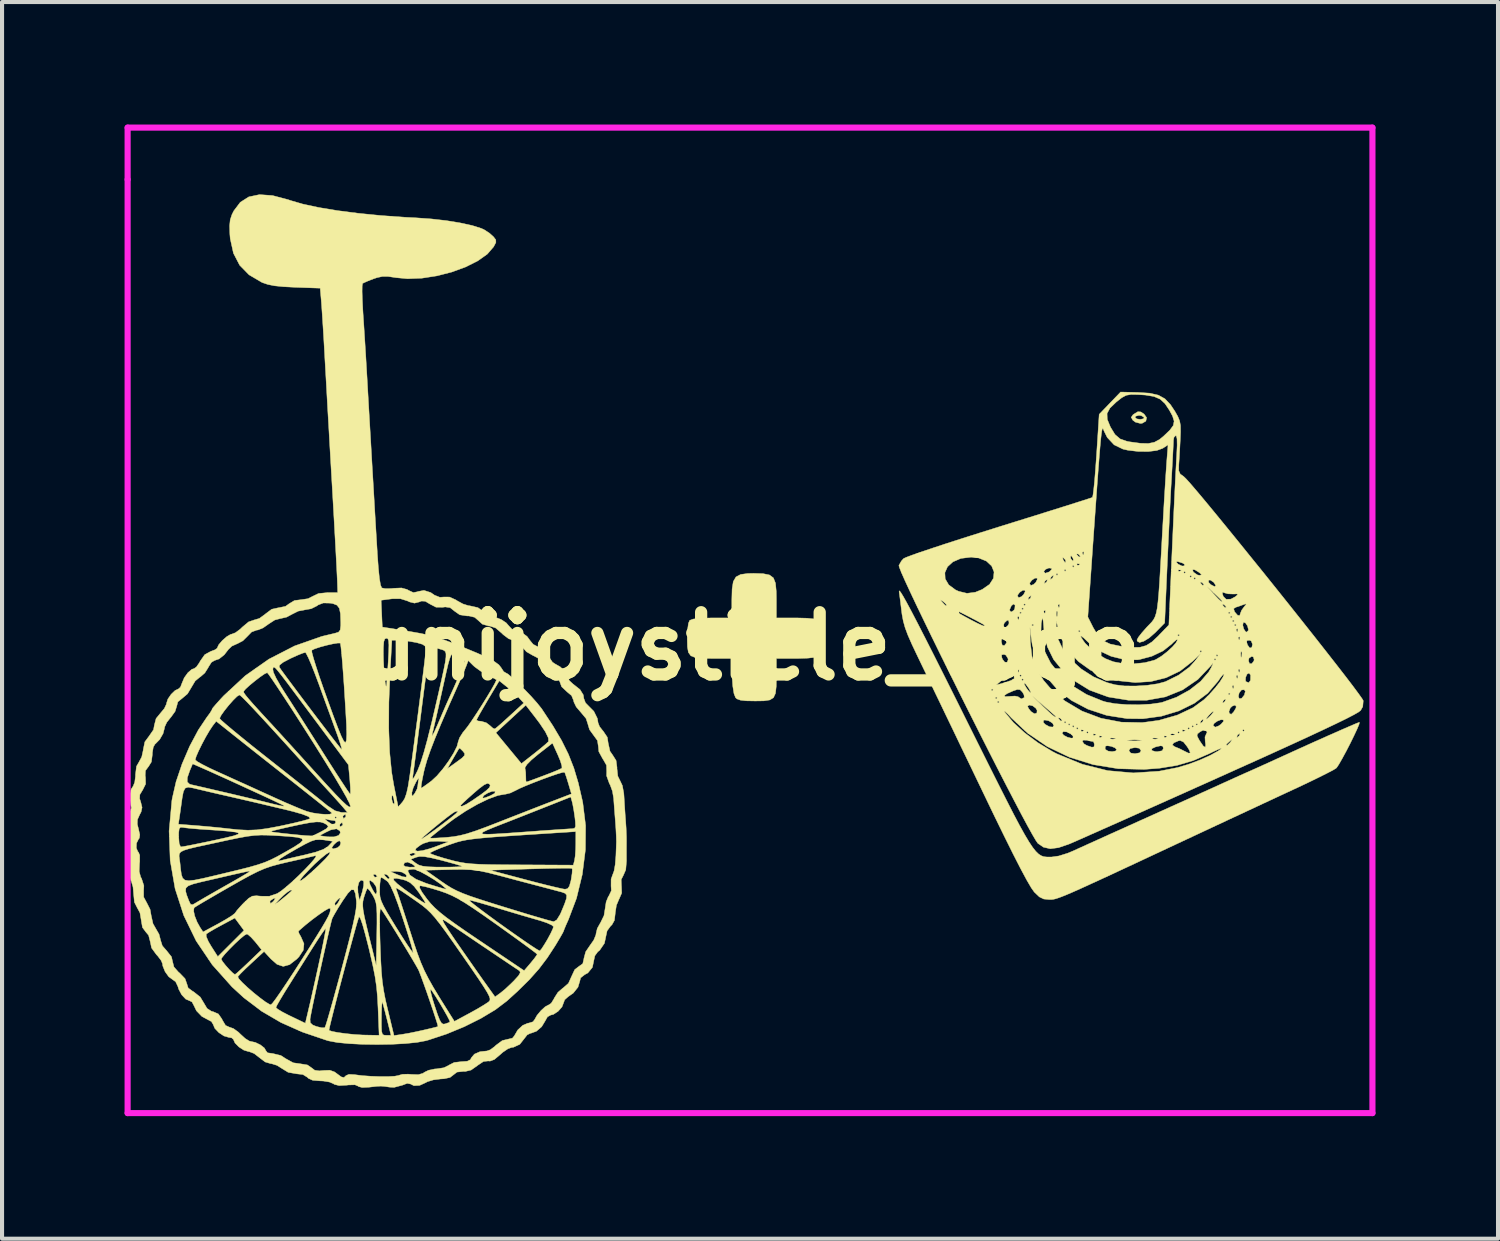
<source format=kicad_pcb>
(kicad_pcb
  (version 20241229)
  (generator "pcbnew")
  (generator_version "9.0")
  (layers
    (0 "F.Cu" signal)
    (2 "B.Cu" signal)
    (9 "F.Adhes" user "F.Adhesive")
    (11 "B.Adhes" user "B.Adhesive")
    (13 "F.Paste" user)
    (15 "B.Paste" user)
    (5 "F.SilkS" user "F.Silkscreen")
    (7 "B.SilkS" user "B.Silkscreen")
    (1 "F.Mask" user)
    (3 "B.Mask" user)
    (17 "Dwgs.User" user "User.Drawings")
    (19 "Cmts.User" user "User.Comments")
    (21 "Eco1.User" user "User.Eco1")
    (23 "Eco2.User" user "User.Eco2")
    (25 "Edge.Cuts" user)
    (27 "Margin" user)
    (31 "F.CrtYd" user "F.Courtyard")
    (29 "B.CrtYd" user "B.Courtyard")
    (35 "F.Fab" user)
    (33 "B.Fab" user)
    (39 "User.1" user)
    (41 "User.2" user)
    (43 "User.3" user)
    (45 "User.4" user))
  (footprint "unijoysticle_logo"
    (layer "F.Cu")
    (at 15.315 12.775)
    (property "Reference" "unijoysticle_logo" (at 0 0 0) (layer "F.SilkS") (effects (font (size 1.524 1.524) (thickness 0.3))))
    (attr exclude_from_pos_files exclude_from_bom)
    (fp_poly (pts (xy 9.568 -5.739) (xy 9.648 -5.687) (xy 9.711 -5.599) (xy 9.692 -5.513) (xy 9.602 -5.461) (xy 9.557 -5.457) (xy 9.436 -5.489) (xy 9.372 -5.537) (xy 9.335 -5.606) (xy 9.426 -5.606) (xy 9.468 -5.569) (xy 9.553 -5.556) (xy 9.637 -5.572) (xy 9.649 -5.606) (xy 9.579 -5.648) (xy 9.522 -5.655) (xy 9.443 -5.634) (xy 9.426 -5.606) (xy 9.335 -5.606) (xy 9.334 -5.607) (xy 9.375 -5.667) (xy 9.4 -5.686) (xy 9.495 -5.744) (xy 9.568 -5.739)) (stroke (width 0.01) (type solid)) (fill yes) (layer "F.SilkS"))
    (fp_poly (pts (xy 0.319 -1.779) (xy 0.476 -1.747) (xy 0.572 -1.676) (xy 0.623 -1.547) (xy 0.642 -1.347) (xy 0.645 -1.163) (xy 0.645 -0.695) (xy 1.131 -0.695) (xy 1.396 -0.688) (xy 1.579 -0.669) (xy 1.673 -0.638) (xy 1.677 -0.635) (xy 1.709 -0.552) (xy 1.73 -0.391) (xy 1.736 -0.198) (xy 1.728 0.014) (xy 1.706 0.168) (xy 1.677 0.238) (xy 1.592 0.27) (xy 1.416 0.29) (xy 1.159 0.298) (xy 1.131 0.298) (xy 0.645 0.298) (xy 0.645 0.723) (xy 0.642 0.979) (xy 0.623 1.152) (xy 0.574 1.258) (xy 0.483 1.314) (xy 0.336 1.336) (xy 0.128 1.339) (xy -0.092 1.335) (xy -0.234 1.319) (xy -0.319 1.288) (xy -0.354 1.258) (xy -0.393 1.158) (xy -0.423 0.973) (xy -0.439 0.737) (xy -0.456 0.298) (xy -0.901 0.298) (xy -1.162 0.294) (xy -1.34 0.277) (xy -1.45 0.232) (xy -1.51 0.148) (xy -1.533 0.013) (xy -1.538 -0.186) (xy -1.538 -0.19) (xy -1.53 -0.407) (xy -1.508 -0.563) (xy -1.478 -0.635) (xy -1.393 -0.667) (xy -1.218 -0.687) (xy -0.961 -0.694) (xy -0.933 -0.695) (xy -0.446 -0.695) (xy -0.446 -1.141) (xy -0.439 -1.405) (xy -0.41 -1.586) (xy -0.344 -1.699) (xy -0.23 -1.759) (xy -0.055 -1.783) (xy 0.088 -1.786) (xy 0.319 -1.779)) (stroke (width 0.01) (type solid)) (fill yes) (layer "F.SilkS"))
    (fp_poly (pts (xy 3.687 -1.326) (xy 3.745 -1.232) (xy 3.833 -1.076) (xy 3.952 -0.854) (xy 4.104 -0.562) (xy 4.291 -0.197) (xy 4.515 0.245) (xy 4.778 0.768) (xy 5.081 1.374) (xy 5.249 1.712) (xy 5.565 2.346) (xy 5.84 2.897) (xy 6.078 3.371) (xy 6.282 3.774) (xy 6.455 4.112) (xy 6.602 4.39) (xy 6.726 4.613) (xy 6.831 4.789) (xy 6.92 4.923) (xy 6.997 5.02) (xy 7.065 5.086) (xy 7.128 5.127) (xy 7.19 5.15) (xy 7.253 5.158) (xy 7.323 5.16) (xy 7.386 5.159) (xy 7.56 5.134) (xy 7.781 5.065) (xy 7.924 5.005) (xy 8.053 4.946) (xy 8.258 4.853) (xy 8.526 4.732) (xy 8.841 4.589) (xy 9.191 4.432) (xy 9.56 4.265) (xy 9.723 4.192) (xy 10.097 4.023) (xy 10.458 3.86) (xy 10.792 3.71) (xy 11.084 3.577) (xy 11.321 3.47) (xy 11.488 3.394) (xy 11.534 3.373) (xy 11.752 3.274) (xy 11.979 3.171) (xy 12.154 3.093) (xy 12.366 2.999) (xy 12.596 2.895) (xy 12.7 2.848) (xy 13.098 2.666) (xy 13.481 2.492) (xy 13.84 2.33) (xy 14.165 2.185) (xy 14.444 2.062) (xy 14.669 1.964) (xy 14.828 1.896) (xy 14.912 1.863) (xy 14.922 1.861) (xy 14.912 1.911) (xy 14.864 2.027) (xy 14.788 2.189) (xy 14.696 2.377) (xy 14.597 2.569) (xy 14.501 2.746) (xy 14.42 2.888) (xy 14.364 2.972) (xy 14.353 2.983) (xy 14.283 3.027) (xy 14.136 3.104) (xy 13.929 3.208) (xy 13.676 3.331) (xy 13.391 3.466) (xy 13.295 3.51) (xy 12.964 3.664) (xy 12.571 3.847) (xy 12.143 4.047) (xy 11.709 4.249) (xy 11.296 4.442) (xy 11.113 4.528) (xy 10.462 4.832) (xy 9.896 5.097) (xy 9.407 5.326) (xy 8.99 5.52) (xy 8.637 5.684) (xy 8.344 5.818) (xy 8.104 5.928) (xy 7.911 6.014) (xy 7.758 6.08) (xy 7.639 6.128) (xy 7.549 6.161) (xy 7.481 6.183) (xy 7.429 6.195) (xy 7.387 6.2) (xy 7.349 6.201) (xy 7.331 6.201) (xy 7.192 6.188) (xy 7.084 6.136) (xy 6.965 6.023) (xy 6.958 6.015) (xy 6.886 5.913) (xy 6.775 5.723) (xy 6.627 5.447) (xy 6.443 5.088) (xy 6.224 4.647) (xy 5.971 4.129) (xy 5.87 3.919) (xy 5.59 3.337) (xy 5.348 2.833) (xy 5.138 2.398) (xy 4.957 2.019) (xy 4.797 1.688) (xy 4.655 1.391) (xy 4.524 1.12) (xy 4.401 0.863) (xy 4.279 0.61) (xy 4.153 0.349) (xy 4.102 0.243) (xy 3.965 -0.046) (xy 3.866 -0.271) (xy 3.798 -0.453) (xy 3.752 -0.617) (xy 3.721 -0.783) (xy 3.701 -0.943) (xy 3.681 -1.107) (xy 3.656 -1.296) (xy 3.65 -1.339) (xy 3.656 -1.36) (xy 3.687 -1.326)) (stroke (width 0.01) (type solid)) (fill yes) (layer "F.SilkS"))
    (fp_poly (pts (xy 9.501 -6.216) (xy 9.786 -6.198) (xy 9.997 -6.15) (xy 10.158 -6.061) (xy 10.294 -5.918) (xy 10.398 -5.762) (xy 10.474 -5.629) (xy 10.519 -5.52) (xy 10.54 -5.405) (xy 10.542 -5.249) (xy 10.535 -5.069) (xy 10.523 -4.843) (xy 10.511 -4.628) (xy 10.5 -4.464) (xy 10.498 -4.437) (xy 10.497 -4.3) (xy 10.533 -4.219) (xy 10.62 -4.156) (xy 10.674 -4.104) (xy 10.784 -3.982) (xy 10.942 -3.797) (xy 11.142 -3.559) (xy 11.378 -3.273) (xy 11.644 -2.948) (xy 11.933 -2.593) (xy 12.24 -2.213) (xy 12.559 -1.819) (xy 12.882 -1.416) (xy 13.204 -1.013) (xy 13.518 -0.618) (xy 13.819 -0.238) (xy 14.099 0.118) (xy 14.354 0.444) (xy 14.576 0.73) (xy 14.759 0.97) (xy 14.897 1.156) (xy 14.985 1.28) (xy 15.015 1.331) (xy 15.003 1.478) (xy 14.951 1.57) (xy 14.9 1.61) (xy 14.785 1.676) (xy 14.604 1.77) (xy 14.352 1.893) (xy 14.028 2.047) (xy 13.628 2.234) (xy 13.148 2.454) (xy 12.585 2.71) (xy 11.936 3.002) (xy 11.485 3.205) (xy 10.932 3.453) (xy 10.399 3.692) (xy 9.895 3.917) (xy 9.427 4.126) (xy 9.003 4.316) (xy 8.63 4.481) (xy 8.317 4.62) (xy 8.072 4.729) (xy 7.901 4.804) (xy 7.817 4.84) (xy 7.555 4.93) (xy 7.351 4.957) (xy 7.185 4.919) (xy 7.048 4.825) (xy 7 4.756) (xy 6.913 4.608) (xy 6.792 4.39) (xy 6.642 4.11) (xy 6.467 3.776) (xy 6.27 3.397) (xy 6.056 2.981) (xy 5.83 2.537) (xy 5.595 2.073) (xy 5.356 1.597) (xy 5.353 1.592) (xy 6.225 1.592) (xy 6.243 1.621) (xy 6.448 1.866) (xy 6.725 2.119) (xy 7.048 2.36) (xy 7.395 2.571) (xy 7.514 2.633) (xy 8.135 2.888) (xy 8.758 3.044) (xy 9.386 3.1) (xy 10.018 3.058) (xy 10.468 2.969) (xy 10.733 2.89) (xy 11.008 2.787) (xy 11.261 2.674) (xy 11.462 2.563) (xy 11.534 2.512) (xy 11.539 2.497) (xy 11.469 2.522) (xy 11.338 2.582) (xy 11.25 2.625) (xy 10.852 2.798) (xy 10.454 2.916) (xy 10.023 2.986) (xy 9.649 3.014) (xy 9.014 2.997) (xy 8.399 2.896) (xy 7.817 2.714) (xy 7.386 2.507) (xy 8.695 2.507) (xy 8.704 2.527) (xy 8.768 2.566) (xy 8.865 2.579) (xy 8.95 2.564) (xy 8.958 2.555) (xy 9.277 2.555) (xy 9.321 2.614) (xy 9.426 2.629) (xy 9.544 2.607) (xy 9.575 2.555) (xy 9.571 2.55) (xy 9.836 2.55) (xy 9.92 2.577) (xy 9.971 2.58) (xy 10.09 2.558) (xy 10.12 2.505) (xy 10.109 2.448) (xy 10.056 2.435) (xy 9.937 2.461) (xy 9.934 2.462) (xy 9.839 2.506) (xy 9.836 2.55) (xy 9.571 2.55) (xy 9.53 2.496) (xy 9.426 2.48) (xy 9.308 2.503) (xy 9.277 2.555) (xy 8.958 2.555) (xy 8.979 2.531) (xy 8.938 2.486) (xy 8.845 2.449) (xy 8.748 2.434) (xy 8.699 2.446) (xy 8.695 2.507) (xy 7.386 2.507) (xy 7.278 2.455) (xy 7.092 2.327) (xy 8.136 2.327) (xy 8.177 2.388) (xy 8.248 2.429) (xy 8.367 2.47) (xy 8.421 2.464) (xy 8.432 2.415) (xy 10.34 2.415) (xy 10.395 2.457) (xy 10.397 2.458) (xy 10.513 2.505) (xy 10.616 2.557) (xy 10.736 2.616) (xy 10.78 2.611) (xy 10.754 2.539) (xy 10.704 2.457) (xy 10.614 2.343) (xy 10.534 2.307) (xy 10.492 2.314) (xy 10.375 2.364) (xy 10.34 2.415) (xy 8.432 2.415) (xy 8.434 2.406) (xy 8.413 2.34) (xy 8.396 2.331) (xy 8.323 2.319) (xy 8.27 2.306) (xy 9.225 2.306) (xy 9.272 2.313) (xy 9.399 2.316) (xy 9.401 2.316) (xy 9.533 2.314) (xy 9.591 2.306) (xy 9.563 2.296) (xy 9.412 2.288) (xy 9.265 2.296) (xy 9.225 2.306) (xy 8.27 2.306) (xy 8.248 2.3) (xy 8.158 2.297) (xy 8.136 2.327) (xy 7.092 2.327) (xy 7.004 2.267) (xy 8.812 2.267) (xy 8.88 2.274) (xy 8.943 2.267) (xy 9.854 2.267) (xy 9.922 2.274) (xy 9.992 2.266) (xy 9.984 2.249) (xy 9.882 2.243) (xy 9.86 2.249) (xy 9.854 2.267) (xy 8.943 2.267) (xy 8.951 2.266) (xy 8.942 2.249) (xy 8.841 2.243) (xy 8.818 2.249) (xy 8.812 2.267) (xy 7.004 2.267) (xy 6.797 2.126) (xy 7.64 2.126) (xy 7.681 2.178) (xy 7.773 2.226) (xy 7.868 2.25) (xy 7.908 2.244) (xy 7.909 2.199) (xy 7.909 2.199) (xy 8.549 2.199) (xy 8.556 2.229) (xy 8.582 2.232) (xy 8.623 2.214) (xy 8.615 2.199) (xy 10.137 2.199) (xy 10.144 2.229) (xy 10.17 2.232) (xy 10.211 2.214) (xy 10.203 2.199) (xy 10.153 2.194) (xy 10.946 2.194) (xy 10.99 2.28) (xy 11.015 2.322) (xy 11.098 2.442) (xy 11.146 2.472) (xy 11.157 2.412) (xy 11.658 2.412) (xy 11.682 2.427) (xy 11.748 2.363) (xy 11.764 2.344) (xy 11.807 2.285) (xy 11.781 2.298) (xy 11.745 2.325) (xy 11.676 2.387) (xy 11.658 2.412) (xy 11.157 2.412) (xy 11.157 2.412) (xy 11.145 2.334) (xy 11.14 2.229) (xy 11.918 2.229) (xy 11.925 2.232) (xy 11.97 2.197) (xy 11.981 2.183) (xy 11.993 2.136) (xy 11.987 2.133) (xy 11.941 2.168) (xy 11.931 2.183) (xy 11.918 2.229) (xy 11.14 2.229) (xy 11.14 2.218) (xy 11.168 2.154) (xy 11.192 2.101) (xy 11.171 2.072) (xy 11.102 2.059) (xy 12.055 2.059) (xy 12.08 2.084) (xy 12.105 2.059) (xy 12.08 2.034) (xy 12.055 2.059) (xy 11.102 2.059) (xy 11.09 2.056) (xy 11.02 2.093) (xy 10.956 2.144) (xy 10.946 2.194) (xy 10.153 2.194) (xy 10.144 2.193) (xy 10.137 2.199) (xy 8.615 2.199) (xy 8.557 2.193) (xy 8.549 2.199) (xy 7.909 2.199) (xy 7.861 2.15) (xy 7.86 2.15) (xy 8.401 2.15) (xy 8.407 2.179) (xy 8.434 2.183) (xy 8.46 2.171) (xy 10.291 2.171) (xy 10.339 2.179) (xy 10.404 2.17) (xy 10.405 2.153) (xy 10.338 2.141) (xy 10.309 2.149) (xy 10.291 2.171) (xy 8.46 2.171) (xy 8.474 2.165) (xy 8.467 2.15) (xy 8.408 2.144) (xy 8.401 2.15) (xy 7.86 2.15) (xy 7.78 2.108) (xy 8.235 2.108) (xy 8.26 2.133) (xy 8.285 2.108) (xy 10.468 2.108) (xy 10.492 2.133) (xy 10.517 2.108) (xy 10.492 2.084) (xy 10.468 2.108) (xy 8.285 2.108) (xy 8.26 2.084) (xy 8.235 2.108) (xy 7.78 2.108) (xy 7.755 2.096) (xy 7.671 2.088) (xy 7.64 2.126) (xy 6.797 2.126) (xy 6.794 2.123) (xy 6.716 2.051) (xy 8.103 2.051) (xy 8.11 2.08) (xy 8.136 2.084) (xy 8.177 2.065) (xy 8.169 2.051) (xy 10.583 2.051) (xy 10.59 2.08) (xy 10.616 2.084) (xy 10.657 2.065) (xy 10.649 2.051) (xy 10.591 2.045) (xy 10.583 2.051) (xy 8.169 2.051) (xy 8.11 2.045) (xy 8.103 2.051) (xy 6.716 2.051) (xy 6.672 2.009) (xy 7.987 2.009) (xy 8.012 2.034) (xy 8.037 2.009) (xy 10.716 2.009) (xy 10.74 2.034) (xy 10.765 2.009) (xy 10.74 1.984) (xy 10.716 2.009) (xy 8.037 2.009) (xy 8.012 1.984) (xy 7.987 2.009) (xy 6.672 2.009) (xy 6.516 1.863) (xy 7.18 1.863) (xy 7.228 1.913) (xy 7.335 1.971) (xy 7.415 1.977) (xy 7.426 1.96) (xy 7.888 1.96) (xy 7.913 1.984) (xy 7.938 1.96) (xy 10.815 1.96) (xy 10.84 1.984) (xy 10.864 1.96) (xy 10.842 1.937) (xy 11.338 1.937) (xy 11.34 1.942) (xy 11.391 1.98) (xy 11.472 1.95) (xy 11.531 1.909) (xy 11.591 1.842) (xy 11.592 1.803) (xy 11.532 1.797) (xy 11.443 1.832) (xy 11.365 1.886) (xy 11.338 1.937) (xy 10.842 1.937) (xy 10.84 1.935) (xy 10.815 1.96) (xy 7.938 1.96) (xy 7.913 1.935) (xy 7.888 1.96) (xy 7.426 1.96) (xy 7.441 1.937) (xy 7.424 1.91) (xy 7.789 1.91) (xy 7.813 1.935) (xy 7.838 1.91) (xy 10.914 1.91) (xy 10.939 1.935) (xy 10.964 1.91) (xy 10.939 1.885) (xy 10.914 1.91) (xy 7.838 1.91) (xy 7.813 1.885) (xy 7.789 1.91) (xy 7.424 1.91) (xy 7.4 1.874) (xy 7.376 1.86) (xy 7.689 1.86) (xy 7.714 1.885) (xy 7.717 1.882) (xy 11.025 1.882) (xy 11.032 1.885) (xy 11.078 1.85) (xy 11.088 1.836) (xy 11.1 1.789) (xy 11.094 1.786) (xy 11.172 1.786) (xy 11.219 1.753) (xy 11.286 1.687) (xy 11.343 1.615) (xy 11.348 1.599) (xy 11.726 1.599) (xy 11.736 1.642) (xy 11.782 1.666) (xy 11.839 1.61) (xy 11.893 1.522) (xy 11.906 1.479) (xy 11.877 1.44) (xy 11.809 1.464) (xy 11.759 1.511) (xy 11.726 1.599) (xy 11.348 1.599) (xy 11.351 1.587) (xy 11.303 1.62) (xy 11.237 1.687) (xy 11.179 1.759) (xy 11.172 1.786) (xy 11.094 1.786) (xy 11.048 1.821) (xy 11.038 1.836) (xy 11.025 1.882) (xy 7.717 1.882) (xy 7.739 1.86) (xy 7.714 1.836) (xy 7.689 1.86) (xy 7.376 1.86) (xy 7.309 1.822) (xy 7.217 1.805) (xy 7.189 1.813) (xy 7.18 1.863) (xy 6.516 1.863) (xy 6.42 1.773) (xy 6.398 1.751) (xy 7.549 1.751) (xy 7.561 1.778) (xy 7.611 1.832) (xy 7.639 1.821) (xy 7.64 1.814) (xy 7.605 1.772) (xy 7.583 1.756) (xy 7.549 1.751) (xy 6.398 1.751) (xy 6.307 1.655) (xy 6.24 1.592) (xy 6.225 1.592) (xy 5.353 1.592) (xy 5.293 1.472) (xy 6.796 1.472) (xy 6.826 1.53) (xy 6.88 1.597) (xy 6.963 1.651) (xy 7.022 1.635) (xy 7.029 1.57) (xy 6.997 1.515) (xy 6.921 1.458) (xy 6.841 1.438) (xy 6.797 1.463) (xy 6.796 1.472) (xy 5.293 1.472) (xy 5.239 1.364) (xy 6.052 1.364) (xy 6.077 1.389) (xy 6.102 1.364) (xy 6.077 1.339) (xy 6.052 1.364) (xy 5.239 1.364) (xy 5.19 1.265) (xy 6.003 1.265) (xy 6.028 1.29) (xy 6.052 1.265) (xy 6.028 1.24) (xy 6.003 1.265) (xy 5.19 1.265) (xy 5.161 1.208) (xy 6.225 1.208) (xy 6.246 1.232) (xy 6.355 1.226) (xy 6.361 1.225) (xy 6.488 1.218) (xy 6.568 1.236) (xy 6.575 1.244) (xy 6.644 1.288) (xy 6.712 1.256) (xy 6.715 1.252) (xy 6.711 1.215) (xy 6.912 1.215) (xy 7.179 1.476) (xy 7.311 1.601) (xy 7.416 1.693) (xy 7.475 1.735) (xy 7.478 1.736) (xy 7.48 1.712) (xy 7.464 1.695) (xy 7.404 1.643) (xy 7.294 1.547) (xy 7.164 1.434) (xy 6.912 1.215) (xy 6.711 1.215) (xy 6.707 1.187) (xy 6.67 1.121) (xy 6.613 1.063) (xy 6.542 1.058) (xy 6.439 1.093) (xy 6.291 1.159) (xy 6.225 1.208) (xy 5.161 1.208) (xy 5.116 1.118) (xy 5.091 1.067) (xy 5.904 1.067) (xy 5.928 1.091) (xy 5.953 1.067) (xy 5.928 1.042) (xy 5.904 1.067) (xy 5.091 1.067) (xy 5.032 0.947) (xy 6.028 0.947) (xy 6.152 0.914) (xy 6.219 0.893) (xy 6.713 0.893) (xy 6.714 0.927) (xy 6.762 1.012) (xy 6.81 1.079) (xy 6.866 1.139) (xy 6.875 1.123) (xy 6.835 1.045) (xy 6.817 1.017) (xy 6.753 0.929) (xy 6.713 0.893) (xy 6.219 0.893) (xy 6.298 0.869) (xy 6.389 0.837) (xy 6.421 0.819) (xy 6.648 0.819) (xy 6.672 0.843) (xy 6.697 0.819) (xy 6.672 0.794) (xy 6.648 0.819) (xy 6.421 0.819) (xy 6.468 0.792) (xy 6.464 0.724) (xy 6.461 0.719) (xy 6.598 0.719) (xy 6.623 0.744) (xy 6.648 0.719) (xy 6.623 0.695) (xy 6.598 0.719) (xy 6.461 0.719) (xy 6.449 0.695) (xy 6.385 0.615) (xy 6.326 0.599) (xy 6.3 0.655) (xy 6.266 0.725) (xy 6.18 0.818) (xy 6.164 0.832) (xy 6.028 0.947) (xy 5.032 0.947) (xy 4.881 0.645) (xy 4.857 0.595) (xy 6.548 0.595) (xy 6.567 0.636) (xy 6.582 0.628) (xy 6.587 0.57) (xy 6.582 0.562) (xy 6.552 0.569) (xy 6.548 0.595) (xy 4.857 0.595) (xy 4.783 0.446) (xy 6.499 0.446) (xy 6.517 0.487) (xy 6.532 0.48) (xy 6.538 0.421) (xy 6.532 0.413) (xy 6.502 0.42) (xy 6.499 0.446) (xy 4.783 0.446) (xy 4.691 0.259) (xy 6.16 0.259) (xy 6.182 0.318) (xy 6.237 0.388) (xy 6.295 0.39) (xy 6.32 0.328) (xy 6.315 0.298) (xy 6.265 0.217) (xy 6.22 0.198) (xy 6.162 0.208) (xy 6.16 0.259) (xy 4.691 0.259) (xy 4.654 0.185) (xy 4.505 -0.12) (xy 6.152 -0.12) (xy 6.175 -0.029) (xy 6.225 -0.016) (xy 6.273 -0.074) (xy 6.466 -0.074) (xy 6.468 0.083) (xy 6.473 0.167) (xy 6.481 0.168) (xy 6.485 0.138) (xy 6.493 -0.038) (xy 6.488 -0.231) (xy 6.486 -0.259) (xy 6.477 -0.312) (xy 6.471 -0.274) (xy 6.467 -0.156) (xy 6.466 -0.074) (xy 6.273 -0.074) (xy 6.275 -0.077) (xy 6.291 -0.14) (xy 6.277 -0.23) (xy 6.229 -0.248) (xy 6.166 -0.205) (xy 6.152 -0.12) (xy 4.505 -0.12) (xy 4.44 -0.252) (xy 4.243 -0.659) (xy 4.102 -0.952) (xy 4.887 -0.952) (xy 4.953 -0.904) (xy 5.08 -0.828) (xy 5.241 -0.737) (xy 5.411 -0.645) (xy 5.566 -0.565) (xy 5.681 -0.512) (xy 5.726 -0.497) (xy 5.754 -0.509) (xy 5.751 -0.512) (xy 5.733 -0.523) (xy 6.209 -0.523) (xy 6.22 -0.458) (xy 6.258 -0.457) (xy 6.273 -0.471) (xy 6.853 -0.471) (xy 6.863 -0.099) (xy 6.902 0.244) (xy 7.007 0.547) (xy 7.188 0.835) (xy 7.34 1.012) (xy 7.705 1.335) (xy 8.128 1.586) (xy 8.595 1.762) (xy 9.091 1.857) (xy 9.6 1.869) (xy 10.012 1.813) (xy 10.463 1.684) (xy 10.845 1.504) (xy 11.007 1.386) (xy 11.571 1.386) (xy 11.578 1.389) (xy 11.623 1.354) (xy 11.633 1.339) (xy 11.646 1.293) (xy 11.639 1.29) (xy 11.594 1.325) (xy 11.584 1.339) (xy 11.571 1.386) (xy 11.007 1.386) (xy 11.114 1.308) (xy 11.196 1.228) (xy 11.957 1.228) (xy 11.981 1.285) (xy 12.04 1.271) (xy 12.103 1.194) (xy 12.128 1.101) (xy 12.099 1.063) (xy 12.033 1.069) (xy 11.977 1.14) (xy 11.957 1.228) (xy 11.196 1.228) (xy 11.259 1.166) (xy 11.708 1.166) (xy 11.733 1.191) (xy 11.757 1.166) (xy 11.733 1.141) (xy 11.708 1.166) (xy 11.259 1.166) (xy 11.26 1.164) (xy 11.4 1.006) (xy 11.411 0.992) (xy 11.807 0.992) (xy 11.825 1.033) (xy 11.84 1.025) (xy 11.846 0.966) (xy 11.84 0.959) (xy 11.811 0.966) (xy 11.807 0.992) (xy 11.411 0.992) (xy 11.516 0.856) (xy 11.525 0.84) (xy 12.131 0.84) (xy 12.143 0.865) (xy 12.213 0.891) (xy 12.253 0.834) (xy 12.254 0.819) (xy 12.256 0.729) (xy 12.257 0.708) (xy 12.224 0.661) (xy 12.214 0.657) (xy 12.169 0.683) (xy 12.136 0.76) (xy 12.131 0.84) (xy 11.525 0.84) (xy 11.585 0.744) (xy 11.906 0.744) (xy 11.924 0.785) (xy 11.939 0.777) (xy 11.945 0.718) (xy 11.939 0.711) (xy 11.91 0.718) (xy 11.906 0.744) (xy 11.585 0.744) (xy 11.59 0.735) (xy 11.609 0.679) (xy 11.585 0.688) (xy 11.522 0.763) (xy 11.456 0.859) (xy 11.206 1.15) (xy 10.881 1.394) (xy 10.498 1.583) (xy 10.071 1.712) (xy 9.617 1.774) (xy 9.231 1.77) (xy 8.733 1.691) (xy 8.276 1.54) (xy 7.869 1.325) (xy 7.52 1.052) (xy 7.238 0.728) (xy 7.032 0.362) (xy 6.91 -0.041) (xy 6.894 -0.143) (xy 6.883 -0.231) (xy 7.121 -0.231) (xy 7.202 0.096) (xy 7.363 0.412) (xy 7.596 0.705) (xy 7.891 0.965) (xy 8.24 1.18) (xy 8.634 1.34) (xy 8.716 1.364) (xy 8.939 1.405) (xy 9.221 1.427) (xy 9.526 1.431) (xy 9.816 1.415) (xy 10.054 1.381) (xy 10.096 1.371) (xy 10.444 1.246) (xy 10.764 1.07) (xy 11.033 0.859) (xy 11.233 0.626) (xy 11.251 0.595) (xy 11.956 0.595) (xy 11.974 0.636) (xy 11.989 0.628) (xy 11.995 0.57) (xy 11.989 0.562) (xy 11.959 0.569) (xy 11.956 0.595) (xy 11.251 0.595) (xy 11.293 0.521) (xy 11.337 0.427) (xy 11.335 0.414) (xy 11.288 0.471) (xy 10.965 0.812) (xy 10.591 1.068) (xy 10.169 1.239) (xy 9.706 1.322) (xy 9.277 1.322) (xy 8.77 1.24) (xy 8.313 1.073) (xy 7.909 0.824) (xy 7.672 0.615) (xy 7.433 0.323) (xy 7.28 0.012) (xy 7.202 -0.344) (xy 7.195 -0.421) (xy 7.193 -0.446) (xy 7.496 -0.446) (xy 7.537 -0.186) (xy 7.662 0.077) (xy 7.858 0.329) (xy 8.112 0.556) (xy 8.41 0.747) (xy 8.739 0.888) (xy 8.938 0.942) (xy 9.165 0.97) (xy 9.439 0.973) (xy 9.723 0.955) (xy 9.982 0.917) (xy 10.17 0.866) (xy 10.494 0.706) (xy 10.76 0.509) (xy 10.903 0.351) (xy 12.204 0.351) (xy 12.23 0.424) (xy 12.285 0.426) (xy 12.335 0.362) (xy 12.344 0.331) (xy 12.323 0.26) (xy 12.282 0.248) (xy 12.218 0.29) (xy 12.204 0.351) (xy 10.903 0.351) (xy 10.907 0.347) (xy 10.925 0.322) (xy 11.361 0.322) (xy 11.385 0.347) (xy 11.41 0.322) (xy 11.385 0.298) (xy 11.361 0.322) (xy 10.925 0.322) (xy 10.998 0.223) (xy 11.41 0.223) (xy 11.435 0.248) (xy 11.46 0.223) (xy 11.435 0.198) (xy 12.013 0.198) (xy 12.021 0.269) (xy 12.038 0.26) (xy 12.045 0.159) (xy 12.038 0.136) (xy 12.02 0.13) (xy 12.013 0.198) (xy 11.435 0.198) (xy 11.41 0.223) (xy 10.998 0.223) (xy 11.035 0.174) (xy 10.838 0.366) (xy 10.531 0.605) (xy 10.186 0.77) (xy 9.814 0.863) (xy 9.431 0.887) (xy 9.048 0.847) (xy 8.68 0.746) (xy 8.339 0.586) (xy 8.039 0.371) (xy 7.794 0.104) (xy 7.616 -0.212) (xy 7.608 -0.236) (xy 8.097 -0.236) (xy 8.156 -0.144) (xy 8.209 -0.071) (xy 8.421 0.134) (xy 8.704 0.303) (xy 8.896 0.378) (xy 9.122 0.421) (xy 9.392 0.428) (xy 9.663 0.401) (xy 9.893 0.342) (xy 9.942 0.321) (xy 10.073 0.242) (xy 10.215 0.132) (xy 10.224 0.124) (xy 11.013 0.124) (xy 11.038 0.149) (xy 11.063 0.124) (xy 11.038 0.099) (xy 11.013 0.124) (xy 10.224 0.124) (xy 10.344 0.013) (xy 10.433 -0.09) (xy 12.163 -0.09) (xy 12.184 -0.029) (xy 12.238 0.043) (xy 12.287 0.026) (xy 12.303 -0.05) (xy 12.272 -0.13) (xy 12.229 -0.149) (xy 12.166 -0.14) (xy 12.163 -0.09) (xy 10.433 -0.09) (xy 10.436 -0.094) (xy 10.468 -0.162) (xy 10.438 -0.159) (xy 10.365 -0.097) (xy 10.323 -0.054) (xy 10.112 0.113) (xy 9.837 0.244) (xy 9.534 0.324) (xy 9.48 0.331) (xy 9.168 0.325) (xy 8.842 0.245) (xy 8.539 0.103) (xy 8.306 -0.076) (xy 8.174 -0.202) (xy 8.103 -0.255) (xy 8.097 -0.236) (xy 7.608 -0.236) (xy 7.565 -0.372) (xy 8.037 -0.372) (xy 8.062 -0.347) (xy 8.086 -0.372) (xy 8.062 -0.397) (xy 8.037 -0.372) (xy 7.565 -0.372) (xy 7.545 -0.433) (xy 7.501 -0.62) (xy 7.496 -0.446) (xy 7.193 -0.446) (xy 7.18 -0.598) (xy 7.168 -0.685) (xy 7.157 -0.69) (xy 7.141 -0.62) (xy 7.13 -0.559) (xy 7.121 -0.231) (xy 6.883 -0.231) (xy 6.853 -0.471) (xy 6.273 -0.471) (xy 6.324 -0.52) (xy 6.325 -0.521) (xy 6.896 -0.521) (xy 6.921 -0.496) (xy 6.945 -0.521) (xy 6.921 -0.546) (xy 6.896 -0.521) (xy 6.325 -0.521) (xy 6.342 -0.568) (xy 6.332 -0.633) (xy 6.293 -0.634) (xy 6.227 -0.572) (xy 6.209 -0.523) (xy 5.733 -0.523) (xy 5.688 -0.551) (xy 5.57 -0.616) (xy 5.421 -0.695) (xy 6.548 -0.695) (xy 6.567 -0.654) (xy 6.582 -0.661) (xy 6.587 -0.719) (xy 8.271 -0.719) (xy 8.402 -0.459) (xy 8.519 -0.264) (xy 8.648 -0.136) (xy 8.817 -0.056) (xy 9.055 -0.006) (xy 9.086 -0.002) (xy 9.351 0.027) (xy 9.547 0.024) (xy 9.701 -0.019) (xy 9.842 -0.108) (xy 9.937 -0.198) (xy 11.956 -0.198) (xy 11.974 -0.158) (xy 11.989 -0.165) (xy 11.995 -0.224) (xy 11.989 -0.232) (xy 11.959 -0.225) (xy 11.956 -0.198) (xy 9.937 -0.198) (xy 9.996 -0.253) (xy 10.002 -0.26) (xy 10.014 -0.273) (xy 10.468 -0.273) (xy 10.492 -0.248) (xy 10.517 -0.273) (xy 10.492 -0.298) (xy 10.468 -0.273) (xy 10.014 -0.273) (xy 10.134 -0.397) (xy 11.906 -0.397) (xy 11.924 -0.356) (xy 11.939 -0.364) (xy 11.945 -0.423) (xy 11.939 -0.43) (xy 11.91 -0.423) (xy 11.906 -0.397) (xy 10.134 -0.397) (xy 10.254 -0.521) (xy 11.857 -0.521) (xy 11.881 -0.496) (xy 11.903 -0.517) (xy 12.065 -0.517) (xy 12.09 -0.424) (xy 12.136 -0.356) (xy 12.158 -0.347) (xy 12.2 -0.386) (xy 12.203 -0.409) (xy 12.181 -0.499) (xy 12.133 -0.571) (xy 12.085 -0.59) (xy 12.078 -0.585) (xy 12.065 -0.517) (xy 11.903 -0.517) (xy 11.906 -0.521) (xy 11.881 -0.546) (xy 11.857 -0.521) (xy 10.254 -0.521) (xy 10.256 -0.523) (xy 10.26 -0.62) (xy 11.807 -0.62) (xy 11.832 -0.595) (xy 11.857 -0.62) (xy 11.832 -0.645) (xy 11.807 -0.62) (xy 10.26 -0.62) (xy 10.264 -0.719) (xy 11.757 -0.719) (xy 11.782 -0.695) (xy 11.807 -0.719) (xy 11.782 -0.744) (xy 11.757 -0.719) (xy 10.264 -0.719) (xy 10.269 -0.819) (xy 11.708 -0.819) (xy 11.733 -0.794) (xy 11.757 -0.819) (xy 11.733 -0.843) (xy 11.708 -0.819) (xy 10.269 -0.819) (xy 10.273 -0.923) (xy 11.841 -0.923) (xy 11.861 -0.855) (xy 11.871 -0.838) (xy 11.94 -0.759) (xy 11.991 -0.753) (xy 12.005 -0.802) (xy 12.036 -0.881) (xy 12.092 -0.959) (xy 12.149 -1.029) (xy 12.137 -1.04) (xy 12.08 -1.02) (xy 11.956 -0.975) (xy 11.897 -0.957) (xy 11.841 -0.923) (xy 10.273 -0.923) (xy 10.277 -1.028) (xy 11.567 -1.028) (xy 11.579 -1) (xy 11.629 -0.947) (xy 11.658 -0.958) (xy 11.658 -0.964) (xy 11.623 -1.006) (xy 11.601 -1.022) (xy 11.567 -1.028) (xy 10.277 -1.028) (xy 10.29 -1.316) (xy 10.296 -1.463) (xy 11.187 -1.463) (xy 11.358 -1.277) (xy 11.472 -1.156) (xy 11.535 -1.1) (xy 11.558 -1.098) (xy 11.559 -1.106) (xy 11.526 -1.146) (xy 11.441 -1.229) (xy 11.373 -1.293) (xy 11.334 -1.328) (xy 11.567 -1.328) (xy 11.568 -1.28) (xy 11.589 -1.219) (xy 11.659 -1.151) (xy 11.773 -1.155) (xy 11.884 -1.215) (xy 11.943 -1.266) (xy 11.925 -1.283) (xy 11.83 -1.28) (xy 11.703 -1.285) (xy 11.62 -1.308) (xy 11.567 -1.328) (xy 11.334 -1.328) (xy 11.187 -1.463) (xy 10.296 -1.463) (xy 10.301 -1.573) (xy 11.021 -1.573) (xy 11.033 -1.546) (xy 11.083 -1.492) (xy 11.112 -1.503) (xy 11.113 -1.51) (xy 11.077 -1.552) (xy 11.055 -1.567) (xy 11.021 -1.573) (xy 10.301 -1.573) (xy 10.303 -1.618) (xy 11.225 -1.618) (xy 11.23 -1.564) (xy 11.283 -1.51) (xy 11.375 -1.462) (xy 11.406 -1.483) (xy 11.362 -1.557) (xy 11.346 -1.573) (xy 11.269 -1.623) (xy 11.225 -1.618) (xy 10.303 -1.618) (xy 10.305 -1.662) (xy 10.864 -1.662) (xy 10.889 -1.637) (xy 10.914 -1.662) (xy 10.889 -1.687) (xy 10.864 -1.662) (xy 10.305 -1.662) (xy 10.307 -1.712) (xy 10.765 -1.712) (xy 10.79 -1.687) (xy 10.815 -1.712) (xy 10.79 -1.736) (xy 10.765 -1.712) (xy 10.307 -1.712) (xy 10.311 -1.811) (xy 10.616 -1.811) (xy 10.641 -1.786) (xy 10.666 -1.811) (xy 10.641 -1.836) (xy 10.616 -1.811) (xy 10.311 -1.811) (xy 10.313 -1.869) (xy 10.484 -1.869) (xy 10.491 -1.839) (xy 10.517 -1.836) (xy 10.558 -1.854) (xy 10.55 -1.869) (xy 10.491 -1.875) (xy 10.484 -1.869) (xy 10.313 -1.869) (xy 10.314 -1.88) (xy 10.839 -1.88) (xy 10.845 -1.838) (xy 10.864 -1.811) (xy 10.955 -1.748) (xy 11.007 -1.738) (xy 11.055 -1.748) (xy 11.023 -1.787) (xy 10.991 -1.812) (xy 10.894 -1.872) (xy 10.839 -1.88) (xy 10.314 -1.88) (xy 10.321 -2.055) (xy 10.322 -2.067) (xy 10.434 -2.067) (xy 10.476 -2.018) (xy 10.487 -2.009) (xy 10.579 -1.966) (xy 10.633 -1.97) (xy 10.638 -2.009) (xy 10.588 -2.039) (xy 10.474 -2.075) (xy 10.434 -2.067) (xy 10.322 -2.067) (xy 10.351 -2.718) (xy 10.377 -3.301) (xy 10.401 -3.799) (xy 10.421 -4.21) (xy 10.438 -4.527) (xy 10.447 -4.676) (xy 10.458 -4.924) (xy 10.455 -5.081) (xy 10.436 -5.153) (xy 10.423 -5.159) (xy 10.38 -5.117) (xy 10.368 -5.048) (xy 10.365 -4.961) (xy 10.357 -4.796) (xy 10.346 -4.571) (xy 10.331 -4.306) (xy 10.322 -4.142) (xy 10.306 -3.869) (xy 10.288 -3.521) (xy 10.268 -3.121) (xy 10.248 -2.695) (xy 10.228 -2.267) (xy 10.214 -1.96) (xy 10.153 -0.571) (xy 9.921 -0.335) (xy 9.773 -0.205) (xy 9.639 -0.123) (xy 9.536 -0.094) (xy 9.481 -0.126) (xy 9.475 -0.156) (xy 9.507 -0.219) (xy 9.592 -0.328) (xy 9.71 -0.462) (xy 9.718 -0.471) (xy 9.783 -0.538) (xy 9.837 -0.595) (xy 9.881 -0.653) (xy 9.916 -0.721) (xy 9.945 -0.81) (xy 9.969 -0.928) (xy 9.989 -1.087) (xy 10.008 -1.296) (xy 10.027 -1.564) (xy 10.047 -1.903) (xy 10.071 -2.322) (xy 10.096 -2.778) (xy 10.118 -3.156) (xy 10.139 -3.526) (xy 10.16 -3.867) (xy 10.178 -4.163) (xy 10.194 -4.393) (xy 10.202 -4.513) (xy 10.235 -4.933) (xy 10.105 -4.848) (xy 9.961 -4.795) (xy 9.751 -4.769) (xy 9.504 -4.771) (xy 9.252 -4.801) (xy 9.13 -4.829) (xy 8.915 -4.933) (xy 8.746 -5.114) (xy 8.667 -5.273) (xy 8.655 -5.306) (xy 8.644 -5.328) (xy 8.634 -5.333) (xy 8.623 -5.314) (xy 8.612 -5.265) (xy 8.6 -5.179) (xy 8.586 -5.051) (xy 8.57 -4.874) (xy 8.551 -4.641) (xy 8.528 -4.346) (xy 8.501 -3.983) (xy 8.47 -3.545) (xy 8.433 -3.027) (xy 8.39 -2.42) (xy 8.351 -1.86) (xy 8.271 -0.719) (xy 6.587 -0.719) (xy 6.587 -0.72) (xy 6.582 -0.728) (xy 6.552 -0.721) (xy 6.548 -0.695) (xy 5.421 -0.695) (xy 5.418 -0.696) (xy 5.254 -0.78) (xy 5.178 -0.819) (xy 6.598 -0.819) (xy 6.623 -0.794) (xy 7.499 -0.794) (xy 7.507 -0.723) (xy 7.524 -0.732) (xy 7.53 -0.833) (xy 7.524 -0.856) (xy 7.506 -0.862) (xy 7.499 -0.794) (xy 6.623 -0.794) (xy 6.648 -0.819) (xy 6.623 -0.843) (xy 7.193 -0.843) (xy 7.212 -0.803) (xy 7.226 -0.81) (xy 7.232 -0.869) (xy 7.226 -0.876) (xy 7.197 -0.87) (xy 7.193 -0.843) (xy 6.623 -0.843) (xy 6.598 -0.819) (xy 5.178 -0.819) (xy 5.098 -0.858) (xy 5.036 -0.888) (xy 6.353 -0.888) (xy 6.385 -0.845) (xy 6.401 -0.843) (xy 6.461 -0.883) (xy 6.481 -0.918) (xy 6.648 -0.918) (xy 6.672 -0.893) (xy 6.697 -0.918) (xy 6.672 -0.943) (xy 6.648 -0.918) (xy 6.481 -0.918) (xy 6.482 -0.92) (xy 6.49 -1.005) (xy 6.476 -1.017) (xy 6.697 -1.017) (xy 6.722 -0.992) (xy 7.541 -0.992) (xy 7.559 -0.951) (xy 7.574 -0.959) (xy 7.58 -1.018) (xy 7.574 -1.025) (xy 7.544 -1.018) (xy 7.541 -0.992) (xy 6.722 -0.992) (xy 6.747 -1.017) (xy 6.722 -1.042) (xy 6.697 -1.017) (xy 6.476 -1.017) (xy 6.453 -1.036) (xy 6.398 -0.991) (xy 6.353 -0.888) (xy 5.036 -0.888) (xy 4.972 -0.919) (xy 4.897 -0.952) (xy 4.887 -0.952) (xy 4.102 -0.952) (xy 4.066 -1.026) (xy 4.012 -1.141) (xy 4.667 -1.141) (xy 4.679 -1.115) (xy 4.707 -1.079) (xy 4.779 -1.002) (xy 4.811 -1.002) (xy 4.812 -1.011) (xy 4.778 -1.052) (xy 4.725 -1.098) (xy 4.667 -1.141) (xy 4.012 -1.141) (xy 4.011 -1.144) (xy 6.809 -1.144) (xy 6.815 -1.141) (xy 6.861 -1.176) (xy 6.871 -1.191) (xy 6.884 -1.237) (xy 6.877 -1.24) (xy 6.831 -1.205) (xy 6.821 -1.191) (xy 6.809 -1.144) (xy 4.011 -1.144) (xy 3.968 -1.234) (xy 6.548 -1.234) (xy 6.578 -1.192) (xy 6.646 -1.216) (xy 6.698 -1.266) (xy 6.737 -1.341) (xy 6.73 -1.373) (xy 6.675 -1.37) (xy 6.602 -1.321) (xy 6.553 -1.254) (xy 6.548 -1.234) (xy 3.968 -1.234) (xy 3.915 -1.346) (xy 3.793 -1.61) (xy 3.708 -1.803) (xy 4.771 -1.803) (xy 4.779 -1.651) (xy 4.865 -1.505) (xy 5.034 -1.38) (xy 5.11 -1.346) (xy 5.312 -1.297) (xy 5.517 -1.324) (xy 5.685 -1.392) (xy 5.865 -1.517) (xy 5.875 -1.532) (xy 6.846 -1.532) (xy 6.875 -1.49) (xy 6.943 -1.514) (xy 6.972 -1.541) (xy 7.206 -1.541) (xy 7.212 -1.538) (xy 7.258 -1.573) (xy 7.268 -1.587) (xy 7.28 -1.634) (xy 7.274 -1.637) (xy 7.228 -1.602) (xy 7.218 -1.587) (xy 7.206 -1.541) (xy 6.972 -1.541) (xy 6.996 -1.564) (xy 7.034 -1.639) (xy 7.034 -1.64) (xy 7.354 -1.64) (xy 7.361 -1.637) (xy 7.406 -1.672) (xy 7.417 -1.687) (xy 7.429 -1.733) (xy 7.422 -1.736) (xy 7.377 -1.701) (xy 7.367 -1.687) (xy 7.354 -1.64) (xy 7.034 -1.64) (xy 7.028 -1.67) (xy 6.973 -1.668) (xy 6.9 -1.618) (xy 6.85 -1.552) (xy 6.846 -1.532) (xy 5.875 -1.532) (xy 5.96 -1.666) (xy 5.969 -1.761) (xy 7.491 -1.761) (xy 7.516 -1.736) (xy 7.541 -1.761) (xy 7.516 -1.786) (xy 7.491 -1.761) (xy 5.969 -1.761) (xy 5.975 -1.821) (xy 5.971 -1.83) (xy 7.193 -1.83) (xy 7.226 -1.789) (xy 7.317 -1.819) (xy 7.341 -1.834) (xy 7.365 -1.86) (xy 7.689 -1.86) (xy 7.714 -1.836) (xy 7.739 -1.86) (xy 7.714 -1.885) (xy 7.689 -1.86) (xy 7.365 -1.86) (xy 7.389 -1.886) (xy 7.385 -1.908) (xy 7.319 -1.918) (xy 7.236 -1.885) (xy 7.193 -1.832) (xy 7.193 -1.83) (xy 5.971 -1.83) (xy 5.919 -1.96) (xy 7.888 -1.96) (xy 7.913 -1.935) (xy 7.938 -1.96) (xy 7.913 -1.984) (xy 7.888 -1.96) (xy 5.919 -1.96) (xy 5.916 -1.967) (xy 5.862 -2.017) (xy 8.004 -2.017) (xy 8.01 -1.988) (xy 8.037 -1.984) (xy 8.078 -2.003) (xy 8.07 -2.017) (xy 8.011 -2.023) (xy 8.004 -2.017) (xy 5.862 -2.017) (xy 5.788 -2.086) (xy 5.598 -2.163) (xy 5.46 -2.178) (xy 7.654 -2.178) (xy 7.664 -2.128) (xy 7.668 -2.119) (xy 7.707 -2.058) (xy 7.729 -2.057) (xy 7.724 -2.11) (xy 7.696 -2.146) (xy 7.682 -2.157) (xy 7.851 -2.157) (xy 7.861 -2.137) (xy 7.908 -2.085) (xy 7.917 -2.121) (xy 7.905 -2.16) (xy 7.868 -2.214) (xy 7.852 -2.213) (xy 7.851 -2.157) (xy 7.682 -2.157) (xy 7.654 -2.178) (xy 5.46 -2.178) (xy 5.413 -2.183) (xy 5.162 -2.152) (xy 4.968 -2.068) (xy 4.835 -1.947) (xy 4.771 -1.803) (xy 3.708 -1.803) (xy 3.705 -1.81) (xy 3.655 -1.937) (xy 3.645 -1.98) (xy 3.705 -2.087) (xy 3.759 -2.148) (xy 3.823 -2.178) (xy 3.972 -2.234) (xy 4.069 -2.268) (xy 7.995 -2.268) (xy 8.007 -2.24) (xy 8.057 -2.187) (xy 8.086 -2.198) (xy 8.086 -2.205) (xy 8.051 -2.247) (xy 8.029 -2.262) (xy 7.995 -2.268) (xy 4.069 -2.268) (xy 4.109 -2.282) (xy 8.136 -2.282) (xy 8.154 -2.241) (xy 8.169 -2.249) (xy 8.175 -2.308) (xy 8.169 -2.315) (xy 8.14 -2.308) (xy 8.136 -2.282) (xy 4.109 -2.282) (xy 4.196 -2.312) (xy 4.486 -2.41) (xy 4.832 -2.524) (xy 5.225 -2.65) (xy 5.654 -2.786) (xy 6.096 -2.925) (xy 6.549 -3.066) (xy 6.974 -3.198) (xy 7.359 -3.319) (xy 7.697 -3.425) (xy 7.978 -3.514) (xy 8.192 -3.582) (xy 8.33 -3.627) (xy 8.383 -3.646) (xy 8.397 -3.7) (xy 8.415 -3.837) (xy 8.436 -4.044) (xy 8.457 -4.304) (xy 8.479 -4.603) (xy 8.484 -4.674) (xy 8.549 -5.68) (xy 8.569 -5.701) (xy 8.742 -5.701) (xy 8.747 -5.557) (xy 8.823 -5.373) (xy 8.827 -5.365) (xy 8.937 -5.185) (xy 9.062 -5.078) (xy 9.231 -5.019) (xy 9.294 -5.007) (xy 9.558 -4.971) (xy 9.752 -4.966) (xy 9.9 -4.996) (xy 10.028 -5.065) (xy 10.123 -5.143) (xy 10.279 -5.292) (xy 10.364 -5.407) (xy 10.384 -5.513) (xy 10.345 -5.639) (xy 10.27 -5.778) (xy 10.161 -5.942) (xy 10.043 -6.051) (xy 9.891 -6.117) (xy 9.681 -6.152) (xy 9.5 -6.163) (xy 9.328 -6.166) (xy 9.21 -6.146) (xy 9.103 -6.088) (xy 8.966 -5.98) (xy 8.813 -5.833) (xy 8.742 -5.701) (xy 8.569 -5.701) (xy 8.811 -5.953) (xy 9.074 -6.226) (xy 9.501 -6.216)) (stroke (width 0.01) (type solid)) (fill yes) (layer "F.SilkS"))
    (fp_poly (pts (xy -11.691 -11.037) (xy -11.312 -10.937) (xy -11.252 -10.916) (xy -10.95 -10.828) (xy -10.564 -10.745) (xy -10.108 -10.669) (xy -9.596 -10.603) (xy -9.042 -10.548) (xy -8.462 -10.506) (xy -8.186 -10.492) (xy -7.806 -10.465) (xy -7.435 -10.423) (xy -7.094 -10.367) (xy -6.802 -10.303) (xy -6.581 -10.233) (xy -6.514 -10.203) (xy -6.38 -10.116) (xy -6.283 -10.029) (xy -6.225 -9.954) (xy -6.223 -9.888) (xy -6.276 -9.786) (xy -6.277 -9.784) (xy -6.432 -9.604) (xy -6.667 -9.437) (xy -6.964 -9.288) (xy -7.303 -9.164) (xy -7.665 -9.071) (xy -8.032 -9.014) (xy -8.385 -9) (xy -8.662 -9.026) (xy -8.858 -9.055) (xy -9.001 -9.056) (xy -9.134 -9.027) (xy -9.22 -8.998) (xy -9.361 -8.943) (xy -9.462 -8.898) (xy -9.487 -8.883) (xy -9.497 -8.825) (xy -9.499 -8.687) (xy -9.493 -8.487) (xy -9.481 -8.245) (xy -9.476 -8.159) (xy -9.456 -7.861) (xy -9.433 -7.501) (xy -9.409 -7.115) (xy -9.387 -6.741) (xy -9.377 -6.573) (xy -9.35 -6.095) (xy -9.319 -5.557) (xy -9.285 -4.98) (xy -9.251 -4.388) (xy -9.216 -3.803) (xy -9.184 -3.248) (xy -9.154 -2.744) (xy -9.128 -2.316) (xy -9.127 -2.285) (xy -9.101 -1.926) (xy -9.075 -1.664) (xy -9.047 -1.5) (xy -9.017 -1.43) (xy -9.016 -1.43) (xy -8.933 -1.412) (xy -8.793 -1.414) (xy -8.72 -1.421) (xy -8.534 -1.429) (xy -8.399 -1.392) (xy -8.36 -1.369) (xy -8.244 -1.316) (xy -8.145 -1.335) (xy -8.134 -1.341) (xy -7.984 -1.369) (xy -7.818 -1.316) (xy -7.728 -1.253) (xy -7.595 -1.2) (xy -7.496 -1.207) (xy -7.356 -1.206) (xy -7.203 -1.136) (xy -7.17 -1.114) (xy -7.029 -1.037) (xy -6.896 -0.995) (xy -6.865 -0.992) (xy -6.664 -0.947) (xy -6.494 -0.828) (xy -6.456 -0.783) (xy -6.382 -0.717) (xy -6.33 -0.711) (xy -6.227 -0.708) (xy -6.094 -0.656) (xy -5.971 -0.575) (xy -5.906 -0.5) (xy -5.829 -0.418) (xy -5.765 -0.395) (xy -5.606 -0.35) (xy -5.46 -0.242) (xy -5.39 -0.146) (xy -5.311 -0.049) (xy -5.233 -0.008) (xy -5.08 0.063) (xy -4.952 0.198) (xy -4.906 0.287) (xy -4.838 0.388) (xy -4.776 0.43) (xy -4.647 0.503) (xy -4.535 0.61) (xy -4.47 0.719) (xy -4.465 0.752) (xy -4.426 0.839) (xy -4.332 0.926) (xy -4.328 0.928) (xy -4.164 1.058) (xy -4.083 1.189) (xy -4.07 1.276) (xy -4.029 1.384) (xy -3.952 1.463) (xy -3.824 1.592) (xy -3.739 1.764) (xy -3.72 1.875) (xy -3.685 1.965) (xy -3.603 2.07) (xy -3.596 2.076) (xy -3.495 2.226) (xy -3.473 2.371) (xy -3.429 2.569) (xy -3.362 2.666) (xy -3.28 2.796) (xy -3.257 2.968) (xy -3.258 2.992) (xy -3.238 3.178) (xy -3.182 3.292) (xy -3.126 3.41) (xy -3.091 3.598) (xy -3.086 3.664) (xy -3.073 3.883) (xy -3.057 4.127) (xy -3.048 4.242) (xy -3.034 4.451) (xy -3.026 4.661) (xy -3.025 4.763) (xy -3.026 4.952) (xy -3.026 5.168) (xy -3.025 5.253) (xy -3.043 5.473) (xy -3.101 5.606) (xy -3.102 5.608) (xy -3.155 5.713) (xy -3.149 5.866) (xy -3.148 5.874) (xy -3.142 6.042) (xy -3.205 6.187) (xy -3.207 6.189) (xy -3.272 6.343) (xy -3.301 6.533) (xy -3.301 6.542) (xy -3.321 6.711) (xy -3.382 6.82) (xy -3.413 6.848) (xy -3.5 6.967) (xy -3.522 7.068) (xy -3.565 7.272) (xy -3.681 7.442) (xy -3.729 7.481) (xy -3.8 7.579) (xy -3.82 7.671) (xy -3.86 7.862) (xy -3.971 7.998) (xy -4.046 8.038) (xy -4.148 8.118) (xy -4.168 8.197) (xy -4.213 8.347) (xy -4.328 8.491) (xy -4.452 8.578) (xy -4.538 8.654) (xy -4.564 8.724) (xy -4.604 8.829) (xy -4.699 8.937) (xy -4.814 9.013) (xy -4.88 9.029) (xy -4.96 9.073) (xy -5.017 9.174) (xy -5.102 9.315) (xy -5.231 9.426) (xy -5.367 9.475) (xy -5.379 9.475) (xy -5.457 9.515) (xy -5.513 9.587) (xy -5.638 9.746) (xy -5.794 9.818) (xy -5.834 9.821) (xy -5.928 9.855) (xy -6.053 9.94) (xy -6.122 10.001) (xy -6.26 10.117) (xy -6.366 10.157) (xy -6.411 10.153) (xy -6.527 10.166) (xy -6.673 10.263) (xy -6.684 10.273) (xy -6.831 10.376) (xy -6.972 10.41) (xy -7.023 10.409) (xy -7.176 10.426) (xy -7.261 10.492) (xy -7.347 10.558) (xy -7.494 10.589) (xy -7.578 10.594) (xy -7.752 10.616) (xy -7.9 10.661) (xy -7.942 10.684) (xy -8.091 10.752) (xy -8.231 10.758) (xy -8.313 10.717) (xy -8.396 10.702) (xy -8.509 10.745) (xy -8.715 10.8) (xy -8.83 10.794) (xy -8.949 10.776) (xy -9.039 10.769) (xy -9.139 10.774) (xy -9.29 10.791) (xy -9.333 10.796) (xy -9.498 10.803) (xy -9.589 10.778) (xy -9.597 10.769) (xy -9.673 10.737) (xy -9.835 10.741) (xy -9.876 10.746) (xy -10.061 10.756) (xy -10.177 10.727) (xy -10.202 10.71) (xy -10.299 10.669) (xy -10.45 10.644) (xy -10.529 10.641) (xy -10.71 10.626) (xy -10.815 10.578) (xy -10.837 10.554) (xy -10.949 10.485) (xy -11.102 10.468) (xy -11.308 10.432) (xy -11.451 10.344) (xy -11.583 10.261) (xy -11.714 10.22) (xy -11.731 10.22) (xy -11.872 10.178) (xy -12.013 10.071) (xy -12.142 9.971) (xy -12.266 9.923) (xy -12.284 9.922) (xy -12.393 9.889) (xy -12.514 9.811) (xy -12.611 9.713) (xy -12.65 9.626) (xy -12.693 9.587) (xy -12.767 9.575) (xy -12.882 9.541) (xy -13.007 9.458) (xy -13.106 9.354) (xy -13.146 9.258) (xy -13.188 9.188) (xy -13.258 9.151) (xy -13.422 9.063) (xy -13.555 8.925) (xy -13.615 8.801) (xy -13.663 8.71) (xy -13.716 8.682) (xy -13.817 8.639) (xy -13.917 8.532) (xy -13.991 8.392) (xy -14.007 8.335) (xy -14.064 8.214) (xy -14.137 8.161) (xy -14.233 8.091) (xy -14.323 7.966) (xy -14.379 7.827) (xy -14.387 7.77) (xy -14.42 7.692) (xy -14.502 7.584) (xy -14.536 7.548) (xy -14.654 7.386) (xy -14.684 7.242) (xy -14.727 7.075) (xy -14.793 6.997) (xy -14.877 6.884) (xy -14.907 6.711) (xy -14.907 6.707) (xy -14.938 6.526) (xy -15.005 6.402) (xy -15.074 6.266) (xy -15.093 6.069) (xy -15.108 5.894) (xy -15.151 5.75) (xy -15.166 5.721) (xy -15.22 5.556) (xy -15.213 5.419) (xy -15.208 5.246) (xy -15.239 5.08) (xy -15.241 5.073) (xy -15.271 4.94) (xy -15.027 4.94) (xy -14.988 5.03) (xy -14.976 5.039) (xy -14.944 5.114) (xy -14.944 5.272) (xy -14.949 5.319) (xy -14.957 5.512) (xy -14.921 5.648) (xy -14.899 5.686) (xy -14.842 5.862) (xy -14.848 5.977) (xy -14.847 6.14) (xy -14.771 6.281) (xy -14.69 6.441) (xy -14.663 6.594) (xy -14.619 6.791) (xy -14.548 6.916) (xy -14.471 7.049) (xy -14.437 7.181) (xy -14.436 7.189) (xy -14.39 7.333) (xy -14.287 7.451) (xy -14.166 7.603) (xy -14.139 7.722) (xy -14.106 7.851) (xy -13.997 7.975) (xy -13.965 8.002) (xy -13.834 8.138) (xy -13.791 8.26) (xy -13.758 8.365) (xy -13.646 8.448) (xy -13.627 8.457) (xy -13.462 8.588) (xy -13.378 8.727) (xy -13.295 8.867) (xy -13.19 8.935) (xy -13.143 8.948) (xy -13.018 9.002) (xy -12.933 9.124) (xy -12.92 9.152) (xy -12.842 9.283) (xy -12.747 9.326) (xy -12.742 9.327) (xy -12.647 9.361) (xy -12.527 9.448) (xy -12.474 9.5) (xy -12.361 9.603) (xy -12.262 9.665) (xy -12.23 9.674) (xy -12.113 9.699) (xy -11.988 9.76) (xy -11.891 9.836) (xy -11.857 9.898) (xy -11.816 9.953) (xy -11.69 9.971) (xy -11.687 9.971) (xy -11.489 10.019) (xy -11.37 10.096) (xy -11.185 10.198) (xy -11.026 10.22) (xy -10.837 10.251) (xy -10.742 10.317) (xy -10.659 10.38) (xy -10.547 10.396) (xy -10.449 10.386) (xy -10.289 10.38) (xy -10.173 10.422) (xy -10.12 10.461) (xy -10.009 10.543) (xy -9.943 10.559) (xy -9.896 10.515) (xy -9.894 10.512) (xy -9.822 10.481) (xy -9.684 10.488) (xy -9.68 10.489) (xy -9.501 10.512) (xy -9.288 10.527) (xy -9.066 10.535) (xy -8.861 10.535) (xy -8.699 10.526) (xy -8.604 10.508) (xy -8.594 10.503) (xy -8.511 10.48) (xy -8.371 10.476) (xy -8.297 10.482) (xy -8.12 10.488) (xy -8.007 10.455) (xy -7.975 10.431) (xy -7.872 10.381) (xy -7.721 10.349) (xy -7.671 10.346) (xy -7.497 10.319) (xy -7.376 10.26) (xy -7.37 10.254) (xy -7.244 10.19) (xy -7.069 10.17) (xy -6.924 10.16) (xy -6.849 10.123) (xy -6.821 10.071) (xy -6.748 9.985) (xy -6.612 9.926) (xy -6.448 9.909) (xy -6.443 9.909) (xy -6.359 9.879) (xy -6.251 9.798) (xy -6.223 9.77) (xy -6.065 9.653) (xy -5.942 9.624) (xy -5.817 9.594) (xy -5.771 9.537) (xy -5.688 9.395) (xy -5.566 9.282) (xy -5.44 9.228) (xy -5.422 9.227) (xy -5.316 9.194) (xy -5.275 9.141) (xy -5.215 9.035) (xy -5.119 8.92) (xy -5.016 8.826) (xy -4.934 8.781) (xy -4.928 8.781) (xy -4.868 8.739) (xy -4.804 8.637) (xy -4.792 8.611) (xy -4.704 8.473) (xy -4.586 8.371) (xy -4.577 8.366) (xy -4.446 8.251) (xy -4.372 8.087) (xy -4.293 7.917) (xy -4.189 7.837) (xy -4.096 7.772) (xy -4.068 7.653) (xy -4.068 7.643) (xy -4.024 7.479) (xy -3.919 7.325) (xy -3.827 7.194) (xy -3.775 7.068) (xy -3.77 7.032) (xy -3.74 6.908) (xy -3.667 6.777) (xy -3.664 6.774) (xy -3.576 6.594) (xy -3.548 6.421) (xy -3.523 6.258) (xy -3.471 6.131) (xy -3.456 6.111) (xy -3.396 5.984) (xy -3.403 5.868) (xy -3.402 5.7) (xy -3.366 5.6) (xy -3.329 5.5) (xy -3.302 5.347) (xy -3.284 5.124) (xy -3.273 4.818) (xy -3.272 4.787) (xy -3.275 4.661) (xy -3.284 4.477) (xy -3.297 4.291) (xy -3.314 4.075) (xy -3.33 3.861) (xy -3.34 3.721) (xy -3.369 3.548) (xy -3.425 3.394) (xy -3.444 3.361) (xy -3.512 3.171) (xy -3.51 3.063) (xy -3.515 2.912) (xy -3.593 2.774) (xy -3.604 2.76) (xy -3.702 2.58) (xy -3.713 2.462) (xy -3.736 2.308) (xy -3.835 2.172) (xy -3.93 2.041) (xy -3.969 1.912) (xy -3.969 1.909) (xy -4.015 1.768) (xy -4.142 1.616) (xy -4.256 1.483) (xy -4.314 1.362) (xy -4.318 1.334) (xy -4.369 1.208) (xy -4.479 1.116) (xy -4.614 0.989) (xy -4.654 0.879) (xy -4.701 0.76) (xy -4.824 0.678) (xy -4.828 0.677) (xy -5.005 0.573) (xy -5.1 0.44) (xy -5.117 0.378) (xy -5.176 0.297) (xy -5.302 0.231) (xy -5.307 0.23) (xy -5.475 0.133) (xy -5.58 0.014) (xy -5.697 -0.114) (xy -5.798 -0.147) (xy -5.911 -0.186) (xy -6.044 -0.286) (xy -6.08 -0.322) (xy -6.229 -0.449) (xy -6.369 -0.495) (xy -6.393 -0.496) (xy -6.554 -0.542) (xy -6.639 -0.62) (xy -6.742 -0.71) (xy -6.882 -0.743) (xy -6.931 -0.744) (xy -7.107 -0.771) (xy -7.237 -0.862) (xy -7.239 -0.864) (xy -7.344 -0.947) (xy -7.463 -0.964) (xy -7.524 -0.956) (xy -7.69 -0.958) (xy -7.839 -1.035) (xy -7.952 -1.103) (xy -8.044 -1.108) (xy -8.104 -1.085) (xy -8.216 -1.057) (xy -8.337 -1.087) (xy -8.388 -1.111) (xy -8.556 -1.164) (xy -8.759 -1.164) (xy -8.792 -1.16) (xy -9.033 -1.128) (xy -9.019 -0.799) (xy -9.004 -0.471) (xy -8.632 -0.412) (xy -8.316 -0.36) (xy -8.072 -0.317) (xy -7.875 -0.275) (xy -7.699 -0.228) (xy -7.519 -0.168) (xy -7.308 -0.089) (xy -7.04 0.018) (xy -6.995 0.036) (xy -6.67 0.171) (xy -6.428 0.281) (xy -6.259 0.373) (xy -6.15 0.453) (xy -6.092 0.527) (xy -6.089 0.533) (xy -6.032 0.619) (xy -5.99 0.645) (xy -5.928 0.679) (xy -5.818 0.771) (xy -5.675 0.904) (xy -5.517 1.061) (xy -5.359 1.226) (xy -5.22 1.382) (xy -5.116 1.511) (xy -5.096 1.538) (xy -4.827 1.946) (xy -4.614 2.306) (xy -4.447 2.642) (xy -4.314 2.981) (xy -4.205 3.346) (xy -4.109 3.763) (xy -4.095 3.83) (xy -4.026 4.388) (xy -4.031 4.982) (xy -4.107 5.585) (xy -4.249 6.17) (xy -4.444 6.686) (xy -4.509 6.831) (xy -4.552 6.935) (xy -4.564 6.971) (xy -4.588 7.021) (xy -4.652 7.133) (xy -4.743 7.286) (xy -4.769 7.329) (xy -4.964 7.628) (xy -5.169 7.899) (xy -5.405 8.164) (xy -5.691 8.446) (xy -5.953 8.684) (xy -6.235 8.898) (xy -6.592 9.112) (xy -6.999 9.315) (xy -7.432 9.494) (xy -7.868 9.638) (xy -7.938 9.658) (xy -8.152 9.698) (xy -8.438 9.727) (xy -8.772 9.745) (xy -9.129 9.751) (xy -9.487 9.746) (xy -9.82 9.729) (xy -10.106 9.701) (xy -10.32 9.661) (xy -10.344 9.655) (xy -10.954 9.448) (xy -11.057 9.403) (xy -10.309 9.403) (xy -10.24 9.428) (xy -10.098 9.456) (xy -9.909 9.482) (xy -9.699 9.504) (xy -9.493 9.517) (xy -9.415 9.519) (xy -9.082 9.525) (xy -9.091 9.299) (xy -9.026 9.299) (xy -9.02 9.427) (xy -9.002 9.494) (xy -8.968 9.52) (xy -8.912 9.525) (xy -8.91 9.525) (xy -8.791 9.525) (xy -8.887 9.141) (xy -8.935 8.954) (xy -8.975 8.803) (xy -9 8.715) (xy -9.002 8.706) (xy -9.011 8.729) (xy -9.019 8.832) (xy -9.024 8.996) (xy -9.025 9.091) (xy -9.026 9.299) (xy -9.091 9.299) (xy -9.108 8.868) (xy -9.123 8.583) (xy -9.146 8.331) (xy -9.183 8.082) (xy -9.238 7.806) (xy -9.315 7.472) (xy -9.338 7.374) (xy -9.421 7.051) (xy -9.487 6.816) (xy -9.537 6.672) (xy -9.569 6.621) (xy -9.578 6.63) (xy -9.608 6.725) (xy -9.657 6.894) (xy -9.72 7.121) (xy -9.794 7.393) (xy -9.875 7.693) (xy -9.959 8.008) (xy -10.042 8.323) (xy -10.12 8.624) (xy -10.189 8.895) (xy -10.246 9.122) (xy -10.287 9.291) (xy -10.307 9.387) (xy -10.309 9.403) (xy -11.057 9.403) (xy -11.486 9.212) (xy -11.96 8.935) (xy -12.079 8.844) (xy -11.609 8.844) (xy -11.567 8.883) (xy -11.457 8.95) (xy -11.299 9.032) (xy -11.249 9.056) (xy -10.889 9.229) (xy -10.865 9.128) (xy -10.773 9.128) (xy -10.768 9.217) (xy -10.707 9.273) (xy -10.616 9.309) (xy -10.495 9.339) (xy -10.417 9.339) (xy -10.41 9.334) (xy -10.389 9.28) (xy -10.346 9.142) (xy -10.285 8.932) (xy -10.209 8.663) (xy -10.122 8.347) (xy -10.026 7.996) (xy -9.997 7.888) (xy -9.881 7.45) (xy -9.79 7.096) (xy -9.723 6.817) (xy -9.676 6.6) (xy -9.648 6.437) (xy -9.639 6.335) (xy -9.484 6.335) (xy -9.474 6.452) (xy -9.445 6.613) (xy -9.394 6.835) (xy -9.334 7.083) (xy -9.153 7.813) (xy -9.139 7.053) (xy -9.135 6.785) (xy -9.068 6.785) (xy -9.063 7.078) (xy -9.056 7.317) (xy -9.042 7.677) (xy -9.026 7.964) (xy -9.004 8.203) (xy -8.973 8.419) (xy -8.931 8.639) (xy -8.874 8.887) (xy -8.871 8.896) (xy -8.718 9.531) (xy -8.514 9.501) (xy -8.355 9.474) (xy -8.15 9.432) (xy -7.975 9.393) (xy -7.809 9.354) (xy -7.689 9.324) (xy -7.64 9.309) (xy -7.64 9.309) (xy -7.656 9.244) (xy -7.699 9.108) (xy -7.761 8.92) (xy -7.835 8.703) (xy -7.913 8.477) (xy -7.937 8.409) (xy -7.827 8.409) (xy -7.814 8.491) (xy -7.775 8.637) (xy -7.726 8.793) (xy -7.653 9.012) (xy -7.599 9.15) (xy -7.555 9.225) (xy -7.513 9.251) (xy -7.468 9.246) (xy -7.378 9.214) (xy -7.348 9.198) (xy -7.363 9.152) (xy -7.419 9.044) (xy -7.502 8.898) (xy -7.598 8.735) (xy -7.695 8.578) (xy -7.78 8.449) (xy -7.811 8.406) (xy -7.827 8.409) (xy -7.937 8.409) (xy -7.989 8.264) (xy -8.054 8.085) (xy -8.102 7.961) (xy -8.119 7.921) (xy -8.177 7.818) (xy -8.271 7.657) (xy -8.39 7.458) (xy -8.525 7.237) (xy -8.663 7.012) (xy -8.795 6.8) (xy -8.909 6.621) (xy -8.994 6.49) (xy -9.04 6.425) (xy -9.041 6.424) (xy -9.057 6.453) (xy -9.066 6.575) (xy -9.068 6.785) (xy -9.135 6.785) (xy -9.135 6.759) (xy -9.136 6.545) (xy -9.143 6.393) (xy -9.159 6.283) (xy -9.186 6.197) (xy -9.225 6.117) (xy -9.235 6.099) (xy -9.305 5.989) (xy -9.358 5.933) (xy -9.372 5.932) (xy -9.402 5.993) (xy -9.444 6.112) (xy -9.457 6.156) (xy -9.478 6.242) (xy -9.484 6.335) (xy -9.639 6.335) (xy -9.637 6.315) (xy -9.639 6.235) (xy -9.663 6.055) (xy -9.701 5.963) (xy -9.761 5.961) (xy -9.848 6.049) (xy -9.971 6.226) (xy -9.977 6.235) (xy -10.085 6.406) (xy -10.173 6.555) (xy -10.227 6.654) (xy -10.232 6.666) (xy -10.252 6.737) (xy -10.289 6.889) (xy -10.339 7.104) (xy -10.398 7.366) (xy -10.464 7.658) (xy -10.531 7.964) (xy -10.597 8.266) (xy -10.657 8.549) (xy -10.709 8.795) (xy -10.747 8.987) (xy -10.77 9.109) (xy -10.773 9.128) (xy -10.865 9.128) (xy -10.804 8.868) (xy -10.762 8.691) (xy -10.707 8.444) (xy -10.642 8.155) (xy -10.575 7.851) (xy -10.546 7.716) (xy -10.489 7.45) (xy -10.442 7.22) (xy -10.408 7.043) (xy -10.39 6.935) (xy -10.388 6.909) (xy -10.419 6.942) (xy -10.49 7.042) (xy -10.589 7.191) (xy -10.661 7.304) (xy -10.796 7.517) (xy -10.96 7.778) (xy -11.133 8.051) (xy -11.264 8.26) (xy -11.393 8.466) (xy -11.5 8.644) (xy -11.575 8.774) (xy -11.608 8.841) (xy -11.609 8.844) (xy -12.079 8.844) (xy -12.394 8.606) (xy -12.685 8.339) (xy -12.905 8.092) (xy -12.542 8.092) (xy -12.515 8.144) (xy -12.428 8.237) (xy -12.3 8.357) (xy -12.15 8.487) (xy -11.997 8.609) (xy -11.862 8.709) (xy -11.763 8.768) (xy -11.733 8.778) (xy -11.693 8.739) (xy -11.609 8.627) (xy -11.488 8.453) (xy -11.337 8.228) (xy -11.164 7.965) (xy -11.013 7.73) (xy -10.79 7.38) (xy -10.616 7.103) (xy -10.485 6.89) (xy -10.391 6.73) (xy -10.328 6.613) (xy -10.292 6.531) (xy -10.277 6.472) (xy -10.277 6.428) (xy -10.28 6.415) (xy -10.32 6.42) (xy -10.418 6.476) (xy -10.557 6.571) (xy -10.718 6.69) (xy -10.883 6.822) (xy -11.034 6.953) (xy -11.057 6.974) (xy -11.047 7.023) (xy -10.995 7.116) (xy -10.995 7.116) (xy -10.922 7.283) (xy -10.938 7.44) (xy -11.045 7.603) (xy -11.099 7.659) (xy -11.274 7.795) (xy -11.43 7.838) (xy -11.582 7.787) (xy -11.731 7.656) (xy -11.899 7.473) (xy -12.212 7.762) (xy -12.357 7.898) (xy -12.47 8.01) (xy -12.534 8.08) (xy -12.542 8.092) (xy -12.905 8.092) (xy -13.168 7.798) (xy -13.26 7.661) (xy -12.948 7.661) (xy -12.917 7.717) (xy -12.842 7.812) (xy -12.749 7.917) (xy -12.663 8.001) (xy -12.612 8.037) (xy -12.612 8.037) (xy -12.57 8.005) (xy -12.474 7.919) (xy -12.342 7.796) (xy -12.276 7.733) (xy -11.96 7.43) (xy -12.115 7.237) (xy -12.215 7.126) (xy -12.295 7.056) (xy -12.322 7.045) (xy -12.382 7.078) (xy -12.486 7.164) (xy -12.614 7.283) (xy -12.745 7.414) (xy -12.858 7.535) (xy -12.931 7.626) (xy -12.948 7.661) (xy -13.26 7.661) (xy -13.562 7.214) (xy -13.644 7.046) (xy -13.315 7.046) (xy -13.314 7.108) (xy -13.263 7.227) (xy -13.195 7.343) (xy -13.032 7.598) (xy -12.39 6.957) (xy -12.503 6.805) (xy -12.615 6.653) (xy -12.943 6.829) (xy -13.108 6.919) (xy -13.239 6.996) (xy -13.311 7.043) (xy -13.315 7.046) (xy -13.644 7.046) (xy -13.865 6.592) (xy -13.903 6.474) (xy -13.625 6.474) (xy -13.598 6.601) (xy -13.538 6.753) (xy -13.467 6.881) (xy -13.393 6.994) (xy -13.009 6.787) (xy -12.835 6.688) (xy -12.696 6.602) (xy -12.617 6.541) (xy -12.606 6.527) (xy -12.561 6.464) (xy -12.469 6.36) (xy -12.43 6.319) (xy -11.631 6.319) (xy -11.612 6.306) (xy -10.17 6.306) (xy -10.152 6.349) (xy -10.105 6.305) (xy -10.064 6.238) (xy -10.028 6.163) (xy -10.047 6.163) (xy -10.087 6.195) (xy -10.154 6.268) (xy -10.17 6.306) (xy -11.612 6.306) (xy -11.587 6.29) (xy -11.474 6.201) (xy -11.447 6.179) (xy -11.323 6.077) (xy -11.238 6.001) (xy -11.212 5.97) (xy -11.243 5.966) (xy -11.323 6.015) (xy -11.428 6.101) (xy -11.534 6.206) (xy -11.611 6.291) (xy -11.631 6.319) (xy -12.43 6.319) (xy -12.394 6.281) (xy -12.367 6.256) (xy -11.757 6.256) (xy -11.74 6.298) (xy -11.684 6.255) (xy -11.657 6.225) (xy -11.621 6.171) (xy -11.66 6.175) (xy -11.676 6.181) (xy -11.746 6.229) (xy -11.757 6.256) (xy -12.367 6.256) (xy -12.276 6.17) (xy -12.186 6.117) (xy -12.085 6.108) (xy -11.986 6.118) (xy -11.771 6.12) (xy -11.577 6.054) (xy -11.483 5.993) (xy -11.357 5.892) (xy -9.605 5.892) (xy -9.6 6.027) (xy -9.598 6.039) (xy -9.56 6.226) (xy -9.493 6.005) (xy -9.462 5.865) (xy -9.458 5.765) (xy -9.465 5.75) (xy -9.325 5.75) (xy -9.304 5.835) (xy -9.24 5.962) (xy -9.181 6.056) (xy -9.153 6.069) (xy -9.147 6.045) (xy -9.069 6.045) (xy -9.058 6.14) (xy -9.029 6.239) (xy -8.974 6.358) (xy -8.886 6.517) (xy -8.756 6.732) (xy -8.668 6.876) (xy -8.528 7.099) (xy -8.408 7.285) (xy -8.316 7.421) (xy -8.26 7.494) (xy -8.248 7.502) (xy -8.259 7.445) (xy -8.296 7.311) (xy -8.356 7.114) (xy -8.433 6.872) (xy -8.506 6.65) (xy -8.621 6.311) (xy -8.716 6.059) (xy -8.778 5.92) (xy -8.673 5.92) (xy -8.669 5.936) (xy -8.647 5.994) (xy -8.599 6.132) (xy -8.532 6.335) (xy -8.45 6.587) (xy -8.357 6.876) (xy -8.334 6.945) (xy -8.231 7.265) (xy -8.143 7.523) (xy -8.061 7.741) (xy -7.975 7.939) (xy -7.875 8.136) (xy -7.753 8.353) (xy -7.598 8.609) (xy -7.4 8.926) (xy -7.357 8.995) (xy -7.238 9.184) (xy -6.856 8.978) (xy -6.672 8.876) (xy -6.515 8.782) (xy -6.41 8.713) (xy -6.392 8.698) (xy -6.37 8.67) (xy -6.367 8.63) (xy -6.386 8.568) (xy -6.435 8.474) (xy -6.519 8.338) (xy -6.642 8.151) (xy -6.812 7.903) (xy -7.033 7.584) (xy -7.04 7.574) (xy -7.267 7.249) (xy -7.449 6.993) (xy -7.594 6.796) (xy -7.663 6.71) (xy -7.527 6.71) (xy -7.496 6.776) (xy -7.418 6.901) (xy -7.288 7.095) (xy -7.221 7.194) (xy -7.044 7.449) (xy -6.855 7.72) (xy -6.677 7.974) (xy -6.536 8.174) (xy -6.243 8.584) (xy -6.111 8.488) (xy -5.999 8.397) (xy -5.861 8.268) (xy -5.78 8.188) (xy -5.67 8.067) (xy -5.627 7.994) (xy -5.639 7.95) (xy -5.656 7.938) (xy -5.719 7.896) (xy -5.85 7.809) (xy -6.034 7.685) (xy -6.259 7.534) (xy -6.509 7.365) (xy -6.522 7.357) (xy -6.779 7.183) (xy -7.018 7.021) (xy -7.222 6.884) (xy -7.376 6.78) (xy -7.463 6.722) (xy -7.514 6.695) (xy -7.527 6.71) (xy -7.663 6.71) (xy -7.714 6.645) (xy -7.818 6.529) (xy -7.917 6.434) (xy -8.019 6.35) (xy -8.136 6.265) (xy -8.139 6.263) (xy -8.376 6.098) (xy -8.539 5.988) (xy -8.636 5.93) (xy -8.673 5.92) (xy -8.778 5.92) (xy -8.793 5.884) (xy -8.857 5.779) (xy -8.89 5.746) (xy -8.981 5.682) (xy -9.033 5.657) (xy -9.049 5.701) (xy -9.063 5.817) (xy -9.068 5.935) (xy -9.069 6.045) (xy -9.147 6.045) (xy -9.137 6.008) (xy -9.136 6) (xy -9.159 5.88) (xy -9.223 5.787) (xy -9.298 5.73) (xy -9.325 5.75) (xy -9.465 5.75) (xy -9.468 5.742) (xy -9.528 5.725) (xy -9.578 5.783) (xy -9.605 5.892) (xy -11.357 5.892) (xy -11.355 5.89) (xy -11.206 5.76) (xy -11.194 5.748) (xy -11.027 5.748) (xy -10.985 5.732) (xy -10.888 5.661) (xy -10.821 5.603) (xy -9.227 5.603) (xy -9.191 5.653) (xy -9.178 5.655) (xy -9.129 5.639) (xy -9.128 5.634) (xy -9.163 5.591) (xy -9.178 5.581) (xy -9.223 5.585) (xy -9.227 5.603) (xy -10.821 5.603) (xy -10.786 5.573) (xy -8.965 5.573) (xy -8.943 5.615) (xy -8.931 5.63) (xy -8.861 5.698) (xy -8.837 5.685) (xy -8.727 5.685) (xy -8.723 5.729) (xy -8.637 5.814) (xy -8.469 5.945) (xy -8.323 6.05) (xy -8.138 6.18) (xy -8.021 6.258) (xy -7.962 6.29) (xy -7.948 6.283) (xy -7.969 6.243) (xy -7.972 6.237) (xy -8.112 6.024) (xy -8.201 5.908) (xy -8.093 5.908) (xy -8.034 6.018) (xy -7.908 6.192) (xy -7.819 6.299) (xy -7.72 6.402) (xy -7.597 6.512) (xy -7.44 6.637) (xy -7.235 6.786) (xy -6.973 6.969) (xy -6.64 7.195) (xy -6.598 7.223) (xy -5.531 7.942) (xy -5.371 7.754) (xy -5.279 7.641) (xy -5.222 7.561) (xy -5.212 7.541) (xy -5.251 7.506) (xy -5.361 7.423) (xy -5.529 7.299) (xy -5.745 7.142) (xy -5.998 6.96) (xy -6.191 6.822) (xy -6.514 6.594) (xy -6.772 6.417) (xy -6.979 6.282) (xy -7.09 6.216) (xy -6.878 6.216) (xy -6.847 6.25) (xy -6.748 6.33) (xy -6.596 6.447) (xy -6.405 6.589) (xy -6.189 6.747) (xy -5.962 6.91) (xy -5.737 7.069) (xy -5.53 7.213) (xy -5.355 7.332) (xy -5.224 7.417) (xy -5.154 7.456) (xy -5.146 7.457) (xy -5.102 7.405) (xy -5.029 7.292) (xy -4.96 7.177) (xy -4.881 7.03) (xy -4.827 6.914) (xy -4.813 6.864) (xy -4.857 6.825) (xy -4.973 6.772) (xy -5.139 6.716) (xy -5.172 6.707) (xy -5.359 6.653) (xy -5.61 6.58) (xy -5.892 6.496) (xy -6.174 6.411) (xy -6.197 6.404) (xy -6.437 6.332) (xy -6.641 6.273) (xy -6.791 6.233) (xy -6.87 6.216) (xy -6.878 6.216) (xy -7.09 6.216) (xy -7.149 6.18) (xy -7.298 6.104) (xy -7.438 6.044) (xy -7.585 5.992) (xy -7.59 5.99) (xy -7.787 5.93) (xy -7.951 5.886) (xy -8.059 5.865) (xy -8.081 5.865) (xy -8.093 5.908) (xy -8.201 5.908) (xy -8.222 5.88) (xy -8.319 5.79) (xy -8.42 5.737) (xy -8.497 5.713) (xy -8.651 5.681) (xy -8.727 5.685) (xy -8.837 5.685) (xy -8.832 5.682) (xy -8.83 5.661) (xy -8.87 5.607) (xy -8.912 5.585) (xy -8.965 5.573) (xy -10.786 5.573) (xy -10.742 5.535) (xy -10.72 5.515) (xy -8.806 5.515) (xy -8.657 5.583) (xy -8.506 5.642) (xy -8.421 5.652) (xy -8.41 5.615) (xy -8.434 5.581) (xy -8.524 5.529) (xy -8.651 5.511) (xy -8.806 5.515) (xy -10.72 5.515) (xy -10.698 5.494) (xy -8.382 5.494) (xy -8.329 5.601) (xy -8.177 5.704) (xy -7.926 5.805) (xy -7.857 5.827) (xy -7.651 5.89) (xy -7.523 5.928) (xy -7.458 5.945) (xy -7.437 5.945) (xy -7.446 5.932) (xy -7.453 5.925) (xy -7.571 5.826) (xy -7.732 5.714) (xy -7.908 5.607) (xy -8.073 5.518) (xy -8.161 5.482) (xy -7.947 5.482) (xy -7.561 5.755) (xy -7.431 5.844) (xy -7.311 5.918) (xy -7.184 5.984) (xy -7.035 6.049) (xy -6.849 6.119) (xy -6.61 6.199) (xy -6.303 6.297) (xy -6.03 6.382) (xy -5.707 6.481) (xy -5.412 6.571) (xy -5.16 6.645) (xy -4.966 6.701) (xy -4.842 6.734) (xy -4.806 6.742) (xy -4.732 6.699) (xy -4.651 6.567) (xy -4.625 6.511) (xy -4.54 6.306) (xy -4.495 6.173) (xy -4.49 6.094) (xy -4.527 6.049) (xy -4.607 6.019) (xy -4.648 6.008) (xy -5.059 5.899) (xy -5.409 5.807) (xy -5.732 5.722) (xy -6.063 5.633) (xy -6.159 5.608) (xy -6.426 5.54) (xy -6.637 5.496) (xy -6.755 5.482) (xy -6.372 5.482) (xy -5.505 5.712) (xy -5.22 5.787) (xy -4.962 5.852) (xy -4.749 5.903) (xy -4.599 5.937) (xy -4.533 5.948) (xy -4.467 5.935) (xy -4.423 5.873) (xy -4.386 5.74) (xy -4.379 5.704) (xy -4.357 5.559) (xy -4.352 5.461) (xy -4.36 5.438) (xy -4.417 5.434) (xy -4.557 5.433) (xy -4.766 5.436) (xy -5.027 5.441) (xy -5.326 5.45) (xy -5.381 5.451) (xy -6.372 5.482) (xy -6.755 5.482) (xy -6.83 5.473) (xy -7.044 5.464) (xy -7.315 5.467) (xy -7.343 5.468) (xy -7.947 5.482) (xy -8.161 5.482) (xy -8.201 5.465) (xy -8.245 5.457) (xy -8.345 5.468) (xy -8.382 5.494) (xy -10.698 5.494) (xy -10.555 5.361) (xy -8.483 5.361) (xy -8.44 5.393) (xy -8.334 5.407) (xy -8.323 5.407) (xy -8.217 5.405) (xy -8.201 5.386) (xy -8.264 5.337) (xy -8.274 5.33) (xy -8.384 5.283) (xy -8.462 5.302) (xy -8.483 5.361) (xy -10.555 5.361) (xy -10.552 5.358) (xy -10.55 5.356) (xy -10.409 5.216) (xy -8.308 5.216) (xy -8.185 5.31) (xy -8.111 5.355) (xy -8.015 5.383) (xy -7.873 5.399) (xy -7.664 5.406) (xy -7.545 5.406) (xy -7.335 5.405) (xy -7.17 5.4) (xy -7.069 5.393) (xy -7.049 5.387) (xy -7.102 5.367) (xy -7.231 5.328) (xy -7.413 5.278) (xy -7.555 5.24) (xy -7.801 5.181) (xy -7.973 5.15) (xy -8.092 5.146) (xy -8.175 5.165) (xy -8.308 5.216) (xy -10.409 5.216) (xy -10.394 5.201) (xy -10.315 5.108) (xy -8.334 5.108) (xy -8.298 5.136) (xy -8.26 5.128) (xy -8.195 5.092) (xy -8.186 5.08) (xy -8.223 5.064) (xy -7.838 5.064) (xy -7.794 5.09) (xy -7.674 5.133) (xy -7.499 5.187) (xy -7.379 5.22) (xy -7.234 5.259) (xy -7.101 5.288) (xy -6.967 5.31) (xy -6.814 5.326) (xy -6.628 5.337) (xy -6.393 5.344) (xy -6.093 5.348) (xy -5.712 5.351) (xy -5.624 5.351) (xy -4.328 5.358) (xy -4.298 5.246) (xy -4.281 5.136) (xy -4.27 4.969) (xy -4.267 4.836) (xy -4.266 4.537) (xy -4.825 4.573) (xy -5.339 4.606) (xy -5.765 4.634) (xy -6.113 4.658) (xy -6.394 4.679) (xy -6.618 4.7) (xy -6.797 4.72) (xy -6.941 4.741) (xy -7.06 4.765) (xy -7.165 4.792) (xy -7.266 4.825) (xy -7.375 4.863) (xy -7.404 4.874) (xy -7.593 4.945) (xy -7.74 5.008) (xy -7.825 5.051) (xy -7.838 5.064) (xy -8.223 5.064) (xy -8.226 5.062) (xy -8.26 5.06) (xy -8.326 5.086) (xy -8.334 5.108) (xy -10.315 5.108) (xy -10.303 5.095) (xy -10.28 5.044) (xy -10.299 5.042) (xy -10.376 5.087) (xy -10.501 5.188) (xy -10.656 5.328) (xy -10.77 5.442) (xy -10.925 5.605) (xy -11.008 5.707) (xy -11.027 5.748) (xy -11.194 5.748) (xy -11.051 5.614) (xy -10.902 5.466) (xy -10.773 5.33) (xy -10.677 5.219) (xy -10.627 5.146) (xy -10.638 5.125) (xy -10.641 5.126) (xy -10.727 5.147) (xy -10.886 5.184) (xy -11.097 5.233) (xy -11.332 5.286) (xy -11.546 5.337) (xy -11.724 5.386) (xy -11.886 5.442) (xy -12.052 5.514) (xy -12.243 5.61) (xy -12.48 5.74) (xy -12.745 5.891) (xy -13.005 6.04) (xy -13.235 6.174) (xy -13.423 6.284) (xy -13.552 6.362) (xy -13.611 6.401) (xy -13.612 6.401) (xy -13.625 6.474) (xy -13.903 6.474) (xy -14.061 5.987) (xy -13.822 5.987) (xy -13.796 6.085) (xy -13.744 6.221) (xy -13.741 6.229) (xy -13.698 6.318) (xy -13.646 6.326) (xy -13.58 6.288) (xy -13.496 6.238) (xy -13.346 6.15) (xy -13.149 6.037) (xy -12.925 5.909) (xy -12.874 5.88) (xy -12.655 5.756) (xy -12.469 5.649) (xy -12.332 5.568) (xy -12.26 5.523) (xy -12.254 5.518) (xy -12.246 5.509) (xy -12.256 5.505) (xy -12.294 5.51) (xy -12.374 5.526) (xy -12.507 5.555) (xy -12.705 5.6) (xy -12.982 5.664) (xy -13.163 5.706) (xy -13.44 5.77) (xy -13.632 5.819) (xy -13.753 5.864) (xy -13.812 5.917) (xy -13.822 5.987) (xy -14.061 5.987) (xy -14.078 5.933) (xy -14.198 5.243) (xy -14.202 5.135) (xy -13.98 5.135) (xy -13.971 5.208) (xy -13.958 5.302) (xy -13.94 5.468) (xy -13.923 5.591) (xy -13.893 5.676) (xy -13.837 5.725) (xy -13.743 5.74) (xy -13.599 5.724) (xy -13.391 5.682) (xy -13.107 5.615) (xy -12.865 5.557) (xy -12.524 5.475) (xy -12.259 5.408) (xy -12.052 5.348) (xy -11.882 5.29) (xy -11.772 5.243) (xy -11.554 5.243) (xy -11.532 5.254) (xy -11.472 5.241) (xy -11.388 5.22) (xy -11.233 5.183) (xy -11.033 5.137) (xy -10.905 5.108) (xy -10.634 5.039) (xy -10.518 4.997) (xy -8.197 4.997) (xy -8.142 5.016) (xy -8.022 5.003) (xy -7.846 4.956) (xy -7.726 4.915) (xy -7.384 4.787) (xy -7.638 4.772) (xy -7.838 4.777) (xy -7.998 4.827) (xy -8.072 4.868) (xy -8.177 4.947) (xy -8.197 4.997) (xy -10.518 4.997) (xy -10.448 4.972) (xy -10.391 4.937) (xy -10.243 4.937) (xy -10.208 4.96) (xy -10.1 4.931) (xy -10.041 4.879) (xy -10.02 4.809) (xy -10.049 4.764) (xy -10.063 4.763) (xy -10.124 4.796) (xy -10.195 4.862) (xy -10.243 4.937) (xy -10.391 4.937) (xy -10.334 4.902) (xy -10.32 4.887) (xy -10.214 4.775) (xy -10.436 4.741) (xy -10.544 4.73) (xy -10.641 4.738) (xy -10.749 4.773) (xy -10.894 4.843) (xy -11.099 4.956) (xy -11.109 4.962) (xy -11.344 5.098) (xy -11.492 5.191) (xy -11.554 5.243) (xy -11.772 5.243) (xy -11.73 5.225) (xy -11.575 5.147) (xy -11.398 5.048) (xy -11.371 5.033) (xy -11.153 4.907) (xy -11.012 4.814) (xy -10.952 4.75) (xy -10.969 4.719) (xy -8.042 4.719) (xy -8 4.694) (xy -7.838 4.694) (xy -7.793 4.698) (xy -7.671 4.694) (xy -7.497 4.683) (xy -7.43 4.678) (xy -7.262 4.661) (xy -7.1 4.632) (xy -6.924 4.587) (xy -6.902 4.579) (xy -6.57 4.579) (xy -6.534 4.597) (xy -6.42 4.602) (xy -6.223 4.594) (xy -5.938 4.576) (xy -5.56 4.549) (xy -5.432 4.54) (xy -5.124 4.517) (xy -4.845 4.498) (xy -4.612 4.482) (xy -4.443 4.471) (xy -4.353 4.466) (xy -4.348 4.466) (xy -4.295 4.455) (xy -4.273 4.408) (xy -4.277 4.301) (xy -4.288 4.197) (xy -4.314 4.021) (xy -4.342 3.867) (xy -4.356 3.809) (xy -4.39 3.688) (xy -4.862 3.876) (xy -5.09 3.966) (xy -5.376 4.079) (xy -5.685 4.201) (xy -5.985 4.319) (xy -6.028 4.335) (xy -6.257 4.425) (xy -6.427 4.495) (xy -6.533 4.546) (xy -6.57 4.579) (xy -6.902 4.579) (xy -6.714 4.518) (xy -6.45 4.421) (xy -6.177 4.315) (xy -5.864 4.192) (xy -5.541 4.066) (xy -5.238 3.948) (xy -4.981 3.848) (xy -4.853 3.799) (xy -4.373 3.614) (xy -4.449 3.357) (xy -4.494 3.211) (xy -4.529 3.11) (xy -4.542 3.082) (xy -4.595 3.089) (xy -4.718 3.125) (xy -4.89 3.184) (xy -5.09 3.257) (xy -5.296 3.336) (xy -5.487 3.413) (xy -5.642 3.48) (xy -5.736 3.528) (xy -5.869 3.592) (xy -5.987 3.621) (xy -5.995 3.621) (xy -6.171 3.652) (xy -6.404 3.737) (xy -6.673 3.867) (xy -6.959 4.032) (xy -7.242 4.221) (xy -7.348 4.3) (xy -7.534 4.445) (xy -7.688 4.567) (xy -7.794 4.653) (xy -7.838 4.693) (xy -7.838 4.694) (xy -8 4.694) (xy -7.979 4.681) (xy -7.859 4.598) (xy -7.692 4.477) (xy -7.528 4.354) (xy -7.33 4.202) (xy -7.207 4.102) (xy -7.155 4.048) (xy -7.167 4.035) (xy -7.231 4.054) (xy -7.295 4.095) (xy -7.414 4.183) (xy -7.564 4.301) (xy -7.725 4.432) (xy -7.875 4.557) (xy -7.992 4.66) (xy -8.037 4.703) (xy -8.042 4.719) (xy -10.969 4.719) (xy -10.976 4.706) (xy -11.088 4.677) (xy -11.292 4.656) (xy -11.591 4.636) (xy -11.593 4.636) (xy -11.8 4.625) (xy -11.973 4.622) (xy -12.136 4.631) (xy -12.312 4.653) (xy -12.526 4.692) (xy -12.802 4.749) (xy -12.948 4.781) (xy -13.293 4.856) (xy -13.553 4.912) (xy -13.739 4.957) (xy -13.864 4.996) (xy -13.938 5.034) (xy -13.973 5.079) (xy -13.98 5.135) (xy -14.202 5.135) (xy -14.219 4.662) (xy -13.99 4.662) (xy -13.978 4.828) (xy -13.945 4.906) (xy -13.93 4.911) (xy -13.863 4.901) (xy -13.717 4.874) (xy -13.511 4.832) (xy -13.263 4.781) (xy -13.124 4.751) (xy -12.839 4.688) (xy -12.642 4.64) (xy -12.536 4.602) (xy -12.521 4.573) (xy -12.6 4.549) (xy -12.714 4.535) (xy -11.745 4.535) (xy -11.706 4.545) (xy -11.593 4.561) (xy -11.429 4.581) (xy -11.24 4.601) (xy -11.049 4.62) (xy -10.882 4.635) (xy -10.762 4.642) (xy -10.716 4.642) (xy -10.703 4.636) (xy -10.542 4.636) (xy -10.344 4.665) (xy -10.188 4.667) (xy -10.076 4.632) (xy -10.03 4.569) (xy -10.043 4.519) (xy -10.125 4.469) (xy -10.263 4.494) (xy -10.383 4.551) (xy -10.542 4.636) (xy -10.703 4.636) (xy -10.66 4.618) (xy -10.55 4.564) (xy -10.505 4.541) (xy -10.373 4.466) (xy -10.328 4.412) (xy -10.366 4.366) (xy -10.046 4.366) (xy -10.042 4.411) (xy -10.024 4.415) (xy -9.974 4.379) (xy -9.971 4.366) (xy -9.988 4.317) (xy -9.993 4.316) (xy -10.036 4.351) (xy -10.046 4.366) (xy -10.366 4.366) (xy -10.368 4.364) (xy -10.445 4.324) (xy -10.519 4.303) (xy -10.621 4.3) (xy -10.77 4.317) (xy -10.985 4.357) (xy -11.149 4.392) (xy -11.375 4.442) (xy -11.563 4.486) (xy -11.692 4.518) (xy -11.745 4.535) (xy -12.714 4.535) (xy -12.773 4.528) (xy -13.044 4.506) (xy -13.271 4.491) (xy -13.494 4.476) (xy -13.691 4.459) (xy -13.832 4.444) (xy -13.878 4.436) (xy -13.944 4.431) (xy -13.977 4.465) (xy -13.989 4.561) (xy -13.99 4.662) (xy -14.219 4.662) (xy -14.225 4.525) (xy -14.209 4.356) (xy -13.997 4.356) (xy -13.559 4.39) (xy -13.309 4.411) (xy -13.048 4.436) (xy -12.827 4.459) (xy -12.799 4.463) (xy -12.525 4.492) (xy -12.293 4.503) (xy -12.073 4.494) (xy -11.833 4.463) (xy -11.542 4.409) (xy -11.402 4.379) (xy -11.166 4.327) (xy -10.969 4.279) (xy -10.83 4.24) (xy -10.788 4.223) (xy -10.411 4.223) (xy -10.393 4.248) (xy -10.346 4.287) (xy -10.241 4.356) (xy -10.173 4.35) (xy -10.145 4.316) (xy -10.156 4.273) (xy -10.188 4.266) (xy -10.298 4.252) (xy -10.352 4.238) (xy -10.411 4.223) (xy -10.788 4.223) (xy -10.767 4.215) (xy -10.765 4.212) (xy -10.787 4.192) (xy -10.17 4.192) (xy -10.145 4.217) (xy -10.12 4.192) (xy -10.145 4.167) (xy -9.971 4.167) (xy -9.955 4.216) (xy -9.95 4.217) (xy -9.907 4.182) (xy -9.897 4.167) (xy -9.901 4.121) (xy -9.919 4.118) (xy -9.969 4.154) (xy -9.971 4.167) (xy -10.145 4.167) (xy -10.17 4.192) (xy -10.787 4.192) (xy -10.814 4.168) (xy -10.955 4.112) (xy -11.185 4.046) (xy -11.361 4.002) (xy -11.598 3.946) (xy -11.858 3.884) (xy -12.005 3.849) (xy -12.19 3.806) (xy -12.436 3.749) (xy -12.706 3.687) (xy -12.898 3.643) (xy -13.142 3.587) (xy -13.367 3.534) (xy -13.545 3.492) (xy -13.64 3.469) (xy -13.758 3.449) (xy -13.831 3.473) (xy -13.875 3.558) (xy -13.906 3.722) (xy -13.912 3.766) (xy -13.938 3.954) (xy -13.964 4.136) (xy -13.97 4.175) (xy -13.997 4.356) (xy -14.209 4.356) (xy -14.157 3.781) (xy -14.147 3.721) (xy -14.055 3.32) (xy -13.78 3.32) (xy -13.724 3.374) (xy -13.68 3.388) (xy -13.386 3.455) (xy -13.061 3.531) (xy -12.729 3.608) (xy -12.413 3.683) (xy -12.135 3.749) (xy -11.918 3.801) (xy -11.832 3.823) (xy -11.616 3.876) (xy -11.483 3.906) (xy -11.419 3.915) (xy -11.41 3.904) (xy -11.414 3.9) (xy -11.463 3.875) (xy -11.587 3.816) (xy -11.769 3.73) (xy -11.996 3.625) (xy -12.251 3.508) (xy -12.518 3.385) (xy -12.782 3.264) (xy -13.028 3.153) (xy -13.24 3.057) (xy -13.403 2.985) (xy -13.435 2.971) (xy -13.648 2.878) (xy -13.72 3.05) (xy -13.778 3.217) (xy -13.78 3.32) (xy -14.055 3.32) (xy -14.054 3.316) (xy -13.907 2.88) (xy -13.862 2.776) (xy -13.584 2.776) (xy -13.583 2.782) (xy -13.534 2.823) (xy -13.413 2.892) (xy -13.241 2.979) (xy -13.096 3.047) (xy -12.87 3.149) (xy -12.651 3.249) (xy -12.472 3.33) (xy -12.402 3.361) (xy -12.268 3.422) (xy -12.071 3.512) (xy -11.838 3.618) (xy -11.609 3.722) (xy -11.37 3.829) (xy -11.145 3.925) (xy -10.959 4.002) (xy -10.84 4.046) (xy -10.703 4.08) (xy -10.549 4.103) (xy -10.405 4.114) (xy -10.293 4.111) (xy -10.24 4.093) (xy -10.247 4.074) (xy -10.297 4.033) (xy -10.415 3.939) (xy -10.588 3.801) (xy -10.805 3.629) (xy -11.056 3.43) (xy -11.261 3.268) (xy -11.558 3.034) (xy -11.855 2.8) (xy -12.136 2.578) (xy -12.382 2.383) (xy -12.577 2.228) (xy -12.65 2.17) (xy -13.071 1.835) (xy -13.158 1.947) (xy -13.235 2.063) (xy -13.327 2.22) (xy -13.42 2.394) (xy -13.502 2.561) (xy -13.561 2.696) (xy -13.584 2.776) (xy -13.862 2.776) (xy -13.721 2.447) (xy -13.509 2.049) (xy -13.321 1.768) (xy -12.986 1.768) (xy -12.945 1.812) (xy -12.836 1.908) (xy -12.667 2.05) (xy -12.448 2.23) (xy -12.19 2.439) (xy -11.9 2.669) (xy -11.757 2.782) (xy -11.447 3.027) (xy -11.153 3.259) (xy -10.887 3.47) (xy -10.66 3.651) (xy -10.484 3.792) (xy -10.371 3.884) (xy -10.347 3.903) (xy -10.163 4.026) (xy -10.004 4.068) (xy -9.857 4.068) (xy -9.951 3.956) (xy -10.029 3.867) (xy -10.151 3.731) (xy -10.292 3.575) (xy -10.318 3.547) (xy -10.461 3.391) (xy -10.647 3.187) (xy -10.85 2.964) (xy -11.038 2.756) (xy -11.409 2.346) (xy -11.719 2.006) (xy -11.971 1.732) (xy -12.169 1.519) (xy -12.318 1.363) (xy -12.421 1.259) (xy -12.482 1.203) (xy -12.504 1.191) (xy -12.561 1.227) (xy -12.654 1.319) (xy -12.764 1.443) (xy -12.869 1.574) (xy -12.95 1.688) (xy -12.986 1.76) (xy -12.986 1.768) (xy -13.321 1.768) (xy -13.309 1.75) (xy -13.224 1.634) (xy -13.176 1.556) (xy -13.172 1.538) (xy -13.151 1.505) (xy -13.075 1.416) (xy -12.959 1.287) (xy -12.886 1.209) (xy -12.779 1.11) (xy -12.402 1.11) (xy -12.391 1.141) (xy -12.352 1.197) (xy -12.277 1.288) (xy -12.159 1.423) (xy -11.989 1.61) (xy -11.761 1.858) (xy -11.711 1.911) (xy -11.598 2.035) (xy -11.432 2.217) (xy -11.226 2.443) (xy -10.994 2.699) (xy -10.75 2.968) (xy -10.616 3.116) (xy -10.352 3.406) (xy -10.146 3.627) (xy -9.992 3.784) (xy -9.885 3.884) (xy -9.819 3.931) (xy -9.787 3.932) (xy -9.782 3.92) (xy -9.805 3.85) (xy -9.859 3.743) (xy -8.773 3.743) (xy -8.75 3.831) (xy -8.715 3.87) (xy -8.709 3.828) (xy -8.722 3.733) (xy -8.746 3.656) (xy -8.768 3.659) (xy -8.769 3.66) (xy -8.773 3.743) (xy -9.859 3.743) (xy -9.88 3.701) (xy -10.007 3.478) (xy -10.181 3.184) (xy -10.402 2.825) (xy -10.667 2.402) (xy -10.774 2.233) (xy -11.001 1.877) (xy -11.212 1.549) (xy -11.402 1.258) (xy -11.564 1.013) (xy -11.691 0.824) (xy -11.779 0.698) (xy -11.821 0.646) (xy -11.823 0.646) (xy -11.885 0.674) (xy -11.994 0.749) (xy -12.124 0.849) (xy -12.252 0.954) (xy -12.352 1.046) (xy -12.401 1.105) (xy -12.402 1.11) (xy -12.779 1.11) (xy -12.36 0.721) (xy -12.127 0.557) (xy -11.685 0.557) (xy -11.671 0.635) (xy -11.604 0.78) (xy -11.489 0.981) (xy -11.399 1.124) (xy -11.278 1.312) (xy -11.116 1.565) (xy -10.928 1.86) (xy -10.725 2.179) (xy -10.52 2.501) (xy -10.447 2.617) (xy -10.269 2.897) (xy -10.108 3.148) (xy -9.972 3.356) (xy -9.869 3.512) (xy -9.805 3.603) (xy -9.789 3.621) (xy -9.783 3.576) (xy -9.786 3.457) (xy -9.798 3.288) (xy -9.8 3.262) (xy -9.834 2.902) (xy -10.704 1.736) (xy -10.967 1.384) (xy -11.176 1.104) (xy -11.338 0.887) (xy -11.46 0.728) (xy -11.547 0.618) (xy -11.605 0.549) (xy -11.641 0.515) (xy -11.659 0.508) (xy -11.528 0.508) (xy -11.481 0.577) (xy -11.386 0.707) (xy -11.254 0.885) (xy -11.095 1.098) (xy -10.918 1.334) (xy -10.733 1.579) (xy -10.549 1.821) (xy -10.377 2.046) (xy -10.226 2.243) (xy -10.106 2.397) (xy -10.026 2.497) (xy -9.997 2.53) (xy -10.002 2.487) (xy -10.036 2.372) (xy -10.092 2.206) (xy -10.123 2.121) (xy -10.193 1.928) (xy -10.287 1.669) (xy -10.395 1.374) (xy -10.506 1.069) (xy -10.556 0.931) (xy -10.653 0.673) (xy -10.741 0.45) (xy -10.815 0.279) (xy -10.868 0.175) (xy -10.889 0.15) (xy -10.956 0.169) (xy -11.085 0.221) (xy -11.248 0.295) (xy -11.252 0.297) (xy -11.431 0.391) (xy -11.52 0.461) (xy -11.528 0.508) (xy -11.659 0.508) (xy -11.661 0.507) (xy -11.672 0.518) (xy -11.68 0.541) (xy -11.685 0.557) (xy -12.127 0.557) (xy -11.78 0.314) (xy -11.358 0.097) (xy -10.732 0.097) (xy -10.727 0.153) (xy -10.691 0.288) (xy -10.628 0.491) (xy -10.543 0.749) (xy -10.439 1.048) (xy -10.335 1.339) (xy -10.2 1.71) (xy -10.091 1.999) (xy -10.007 2.205) (xy -9.946 2.325) (xy -9.905 2.359) (xy -9.883 2.303) (xy -9.876 2.156) (xy -9.879 2.026) (xy -8.846 2.026) (xy -8.824 2.594) (xy -8.775 3.085) (xy -8.725 3.383) (xy -8.615 3.934) (xy -8.588 3.903) (xy -7.094 3.903) (xy -7.058 3.919) (xy -6.95 3.87) (xy -6.793 3.771) (xy -6.686 3.697) (xy -6.548 3.697) (xy -6.538 3.717) (xy -6.489 3.709) (xy -6.379 3.666) (xy -6.349 3.653) (xy -6.25 3.598) (xy -6.24 3.554) (xy -6.247 3.55) (xy -6.317 3.551) (xy -6.42 3.591) (xy -6.512 3.647) (xy -6.548 3.697) (xy -6.686 3.697) (xy -6.586 3.629) (xy -6.453 3.528) (xy -6.382 3.459) (xy -6.362 3.411) (xy -6.382 3.371) (xy -6.384 3.37) (xy -6.431 3.356) (xy -6.511 3.392) (xy -6.635 3.485) (xy -6.768 3.599) (xy -6.914 3.729) (xy -7.026 3.833) (xy -7.087 3.894) (xy -7.094 3.903) (xy -8.588 3.903) (xy -8.508 3.81) (xy -8.457 3.73) (xy -8.414 3.611) (xy -8.41 3.597) (xy -8.281 3.597) (xy -8.277 3.666) (xy -8.251 3.653) (xy -8.209 3.6) (xy -8.151 3.489) (xy -8.146 3.466) (xy -8.056 3.466) (xy -8.054 3.473) (xy -8.005 3.445) (xy -7.903 3.373) (xy -7.798 3.295) (xy -7.665 3.171) (xy -7.52 3.001) (xy -7.518 2.999) (xy -7.414 2.999) (xy -7.376 2.971) (xy -5.51 2.971) (xy -5.51 2.982) (xy -5.494 3.082) (xy -5.49 3.187) (xy -5.488 3.287) (xy -5.479 3.324) (xy -5.43 3.308) (xy -5.309 3.264) (xy -5.14 3.201) (xy -5.052 3.168) (xy -4.864 3.096) (xy -4.712 3.034) (xy -4.621 2.992) (xy -4.606 2.982) (xy -4.608 2.925) (xy -4.645 2.805) (xy -4.705 2.661) (xy -4.837 2.37) (xy -5.184 2.641) (xy -5.353 2.782) (xy -5.465 2.896) (xy -5.51 2.971) (xy -7.376 2.971) (xy -7.18 2.83) (xy -7.05 2.734) (xy -6.991 2.672) (xy -6.988 2.624) (xy -7.028 2.571) (xy -7.093 2.507) (xy -7.12 2.493) (xy -7.148 2.539) (xy -7.21 2.645) (xy -7.272 2.752) (xy -7.414 2.999) (xy -7.518 2.999) (xy -7.379 2.808) (xy -7.259 2.617) (xy -7.175 2.449) (xy -7.144 2.331) (xy -7.112 2.238) (xy -7.035 2.116) (xy -6.222 2.116) (xy -5.91 2.494) (xy -5.597 2.872) (xy -5.279 2.622) (xy -5.128 2.501) (xy -5.008 2.4) (xy -4.941 2.337) (xy -4.934 2.329) (xy -4.938 2.244) (xy -5.011 2.094) (xy -5.152 1.883) (xy -5.271 1.725) (xy -5.491 1.441) (xy -5.857 1.779) (xy -6.222 2.116) (xy -7.035 2.116) (xy -7.032 2.112) (xy -6.979 2.047) (xy -6.905 1.952) (xy -6.804 1.807) (xy -6.697 1.807) (xy -6.655 1.829) (xy -6.581 1.836) (xy -6.46 1.871) (xy -6.374 1.936) (xy -6.296 2.005) (xy -6.249 2.023) (xy -6.2 1.985) (xy -6.096 1.896) (xy -5.957 1.77) (xy -5.878 1.698) (xy -5.54 1.388) (xy -5.66 1.259) (xy -5.777 1.145) (xy -5.921 1.019) (xy -5.96 0.988) (xy -6.14 0.844) (xy -6.419 1.311) (xy -6.531 1.503) (xy -6.622 1.661) (xy -6.681 1.769) (xy -6.697 1.807) (xy -6.804 1.807) (xy -6.803 1.805) (xy -6.683 1.624) (xy -6.557 1.427) (xy -6.436 1.232) (xy -6.331 1.056) (xy -6.253 0.918) (xy -6.213 0.834) (xy -6.211 0.819) (xy -6.26 0.791) (xy -6.369 0.734) (xy -6.443 0.696) (xy -6.602 0.604) (xy -6.742 0.502) (xy -6.78 0.468) (xy -6.899 0.349) (xy -6.95 0.484) (xy -6.995 0.594) (xy -7.066 0.762) (xy -7.151 0.954) (xy -7.168 0.992) (xy -7.39 1.491) (xy -7.571 1.911) (xy -7.716 2.262) (xy -7.828 2.552) (xy -7.911 2.793) (xy -7.968 2.993) (xy -7.985 3.063) (xy -8.024 3.249) (xy -8.049 3.39) (xy -8.056 3.466) (xy -8.146 3.466) (xy -8.136 3.418) (xy -8.121 3.294) (xy -8.108 3.241) (xy -8.112 3.221) (xy -8.152 3.277) (xy -8.18 3.324) (xy -8.246 3.461) (xy -8.28 3.578) (xy -8.281 3.597) (xy -8.41 3.597) (xy -8.374 3.436) (xy -8.336 3.2) (xy -8.26 3.2) (xy -8.258 3.248) (xy -8.222 3.204) (xy -8.152 3.067) (xy -8.137 3.036) (xy -8.069 2.862) (xy -7.987 2.602) (xy -7.894 2.263) (xy -7.875 2.185) (xy -7.789 2.185) (xy -7.772 2.176) (xy -7.726 2.088) (xy -7.655 1.93) (xy -7.615 1.836) (xy -7.53 1.637) (xy -7.446 1.442) (xy -7.389 1.315) (xy -7.239 0.982) (xy -7.129 0.73) (xy -7.054 0.55) (xy -7.01 0.431) (xy -6.995 0.367) (xy -6.995 0.363) (xy -7.036 0.299) (xy -7.138 0.233) (xy -7.156 0.225) (xy -7.213 0.199) (xy -7.257 0.183) (xy -7.293 0.189) (xy -7.324 0.226) (xy -7.356 0.308) (xy -7.394 0.443) (xy -7.441 0.644) (xy -7.503 0.922) (xy -7.568 1.215) (xy -7.629 1.49) (xy -7.685 1.736) (xy -7.731 1.934) (xy -7.762 2.067) (xy -7.773 2.108) (xy -7.789 2.185) (xy -7.875 2.185) (xy -7.793 1.857) (xy -7.72 1.547) (xy -7.626 1.14) (xy -7.553 0.818) (xy -7.499 0.572) (xy -7.463 0.391) (xy -7.446 0.264) (xy -7.445 0.181) (xy -7.461 0.13) (xy -7.492 0.101) (xy -7.538 0.083) (xy -7.598 0.066) (xy -7.61 0.062) (xy -7.735 0.026) (xy -7.814 0.015) (xy -7.824 0.018) (xy -7.834 0.04) (xy -7.846 0.094) (xy -7.863 0.188) (xy -7.884 0.332) (xy -7.913 0.534) (xy -7.948 0.803) (xy -7.993 1.148) (xy -8.048 1.577) (xy -8.084 1.86) (xy -8.128 2.201) (xy -8.168 2.517) (xy -8.204 2.791) (xy -8.233 3.008) (xy -8.253 3.153) (xy -8.26 3.2) (xy -8.336 3.2) (xy -8.334 3.186) (xy -8.318 3.071) (xy -8.254 2.593) (xy -8.192 2.126) (xy -8.133 1.68) (xy -8.08 1.267) (xy -8.033 0.898) (xy -7.994 0.583) (xy -7.964 0.332) (xy -7.945 0.158) (xy -7.938 0.07) (xy -7.938 0.068) (xy -7.954 -0.002) (xy -8.018 -0.048) (xy -8.154 -0.088) (xy -8.188 -0.095) (xy -8.372 -0.127) (xy -8.546 -0.147) (xy -8.604 -0.149) (xy -8.77 -0.149) (xy -8.813 0.633) (xy -8.843 1.374) (xy -8.846 2.026) (xy -9.879 2.026) (xy -9.882 1.917) (xy -9.901 1.582) (xy -9.928 1.151) (xy -9.937 1.004) (xy -9.959 0.691) (xy -9.98 0.412) (xy -10 0.182) (xy -10.002 0.167) (xy -8.979 0.167) (xy -8.975 0.352) (xy -8.965 0.548) (xy -8.95 0.731) (xy -8.934 0.878) (xy -8.917 0.967) (xy -8.905 0.981) (xy -8.898 0.929) (xy -8.887 0.798) (xy -8.874 0.608) (xy -8.86 0.384) (xy -8.847 0.134) (xy -8.843 -0.034) (xy -8.85 -0.135) (xy -8.868 -0.184) (xy -8.899 -0.198) (xy -8.903 -0.198) (xy -8.943 -0.18) (xy -8.967 -0.113) (xy -8.977 0.021) (xy -8.979 0.167) (xy -10.002 0.167) (xy -10.017 0.017) (xy -10.03 -0.069) (xy -10.033 -0.078) (xy -10.091 -0.08) (xy -10.214 -0.06) (xy -10.369 -0.025) (xy -10.528 0.018) (xy -10.658 0.061) (xy -10.73 0.096) (xy -10.732 0.097) (xy -11.358 0.097) (xy -11.152 -0.009) (xy -10.485 -0.243) (xy -10.158 -0.321) (xy -10.075 -0.347) (xy -10.035 -0.4) (xy -10.022 -0.509) (xy -10.022 -0.584) (xy -10.029 -0.797) (xy -10.056 -0.931) (xy -10.114 -1.007) (xy -10.214 -1.046) (xy -10.282 -1.057) (xy -10.449 -1.061) (xy -10.574 -1.013) (xy -10.607 -0.989) (xy -10.745 -0.92) (xy -10.898 -0.893) (xy -11.063 -0.861) (xy -11.209 -0.788) (xy -11.348 -0.714) (xy -11.488 -0.682) (xy -11.493 -0.682) (xy -11.637 -0.644) (xy -11.792 -0.544) (xy -11.796 -0.54) (xy -11.925 -0.45) (xy -12.048 -0.4) (xy -12.078 -0.397) (xy -12.205 -0.35) (xy -12.303 -0.249) (xy -12.418 -0.135) (xy -12.555 -0.063) (xy -12.562 -0.061) (xy -12.688 -0.004) (xy -12.77 0.074) (xy -12.875 0.209) (xy -13.001 0.309) (xy -13.109 0.346) (xy -13.187 0.391) (xy -13.261 0.507) (xy -13.267 0.521) (xy -13.35 0.653) (xy -13.458 0.747) (xy -13.471 0.754) (xy -13.586 0.849) (xy -13.677 1.002) (xy -13.678 1.004) (xy -13.774 1.164) (xy -13.897 1.268) (xy -14.01 1.36) (xy -14.039 1.469) (xy -14.078 1.595) (xy -14.177 1.732) (xy -14.188 1.744) (xy -14.282 1.863) (xy -14.334 1.976) (xy -14.337 2.002) (xy -14.372 2.137) (xy -14.456 2.283) (xy -14.561 2.39) (xy -14.57 2.396) (xy -14.612 2.47) (xy -14.634 2.606) (xy -14.635 2.649) (xy -14.658 2.831) (xy -14.732 2.95) (xy -14.735 2.952) (xy -14.803 3.044) (xy -14.81 3.165) (xy -14.803 3.212) (xy -14.799 3.372) (xy -14.87 3.515) (xy -14.874 3.521) (xy -14.941 3.632) (xy -14.946 3.729) (xy -14.918 3.817) (xy -14.886 3.946) (xy -14.91 4.056) (xy -14.946 4.125) (xy -14.999 4.243) (xy -15.003 4.355) (xy -14.974 4.471) (xy -14.942 4.614) (xy -14.954 4.698) (xy -14.974 4.724) (xy -15.022 4.821) (xy -15.027 4.94) (xy -15.271 4.94) (xy -15.274 4.924) (xy -15.25 4.776) (xy -15.235 4.733) (xy -15.198 4.593) (xy -15.215 4.511) (xy -15.225 4.5) (xy -15.273 4.39) (xy -15.268 4.24) (xy -15.211 4.092) (xy -15.199 4.075) (xy -15.147 3.96) (xy -15.171 3.846) (xy -15.171 3.845) (xy -15.2 3.674) (xy -15.153 3.497) (xy -15.104 3.423) (xy -15.066 3.328) (xy -15.048 3.184) (xy -15.048 3.142) (xy -15.023 2.939) (xy -14.962 2.833) (xy -14.895 2.71) (xy -14.859 2.546) (xy -14.857 2.526) (xy -14.818 2.339) (xy -14.715 2.2) (xy -14.606 2.042) (xy -14.585 1.928) (xy -14.543 1.768) (xy -14.436 1.637) (xy -14.341 1.523) (xy -14.29 1.414) (xy -14.287 1.392) (xy -14.254 1.291) (xy -14.175 1.176) (xy -14.078 1.082) (xy -13.994 1.042) (xy -13.993 1.042) (xy -13.946 0.999) (xy -13.91 0.905) (xy -13.854 0.771) (xy -13.764 0.646) (xy -13.667 0.563) (xy -13.613 0.546) (xy -13.555 0.505) (xy -13.484 0.403) (xy -13.461 0.36) (xy -13.351 0.204) (xy -13.208 0.126) (xy -13.1 0.085) (xy -13.048 0.047) (xy -13.047 0.043) (xy -13.011 -0.037) (xy -12.923 -0.14) (xy -12.814 -0.236) (xy -12.718 -0.292) (xy -12.692 -0.298) (xy -12.601 -0.332) (xy -12.484 -0.419) (xy -12.43 -0.471) (xy -12.278 -0.598) (xy -12.143 -0.645) (xy -12.14 -0.645) (xy -12.013 -0.683) (xy -11.876 -0.783) (xy -11.864 -0.794) (xy -11.713 -0.907) (xy -11.552 -0.943) (xy -11.546 -0.943) (xy -11.373 -0.979) (xy -11.286 -1.042) (xy -11.155 -1.121) (xy -10.997 -1.141) (xy -10.823 -1.166) (xy -10.703 -1.227) (xy -10.566 -1.293) (xy -10.351 -1.314) (xy -10.096 -1.315) (xy -10.105 -1.587) (xy -10.112 -1.735) (xy -10.123 -1.959) (xy -10.139 -2.261) (xy -10.16 -2.646) (xy -10.186 -3.117) (xy -10.218 -3.676) (xy -10.256 -4.329) (xy -10.294 -4.986) (xy -10.317 -5.399) (xy -10.343 -5.839) (xy -10.367 -6.277) (xy -10.39 -6.685) (xy -10.41 -7.036) (xy -10.417 -7.169) (xy -10.435 -7.487) (xy -10.454 -7.799) (xy -10.472 -8.079) (xy -10.487 -8.304) (xy -10.495 -8.415) (xy -10.525 -8.769) (xy -11.129 -8.79) (xy -11.424 -8.805) (xy -11.642 -8.827) (xy -11.807 -8.86) (xy -11.942 -8.906) (xy -11.956 -8.913) (xy -12.267 -9.096) (xy -12.497 -9.331) (xy -12.649 -9.625) (xy -12.728 -9.983) (xy -12.737 -10.092) (xy -12.743 -10.297) (xy -12.728 -10.444) (xy -12.685 -10.573) (xy -12.641 -10.661) (xy -12.482 -10.872) (xy -12.273 -11.005) (xy -12.01 -11.06) (xy -11.691 -11.037)) (stroke (width 0.01) (type solid)) (fill yes) (layer "F.SilkS"))
    (fp_line (start -15.24 -12.7) (end -15.24 -11.43) (stroke (width 0.15) (type solid)) (layer "F.CrtYd"))
    (fp_line (start -15.24 -11.43) (end -15.24 11.43) (stroke (width 0.15) (type solid)) (layer "F.CrtYd"))
    (fp_line (start -15.24 11.43) (end 15.24 11.43) (stroke (width 0.15) (type solid)) (layer "F.CrtYd"))
    (fp_line (start 15.24 -12.7) (end -15.24 -12.7) (stroke (width 0.15) (type solid)) (layer "F.CrtYd"))
    (fp_line (start 15.24 11.43) (end 15.24 -12.7) (stroke (width 0.15) (type solid)) (layer "F.CrtYd")))
  (gr_rect
    (start -3 -3)
    (end 33.63 27.28)
    (stroke (width 0.1) (type default))
    (fill no)
    (layer "Edge.Cuts")))
</source>
